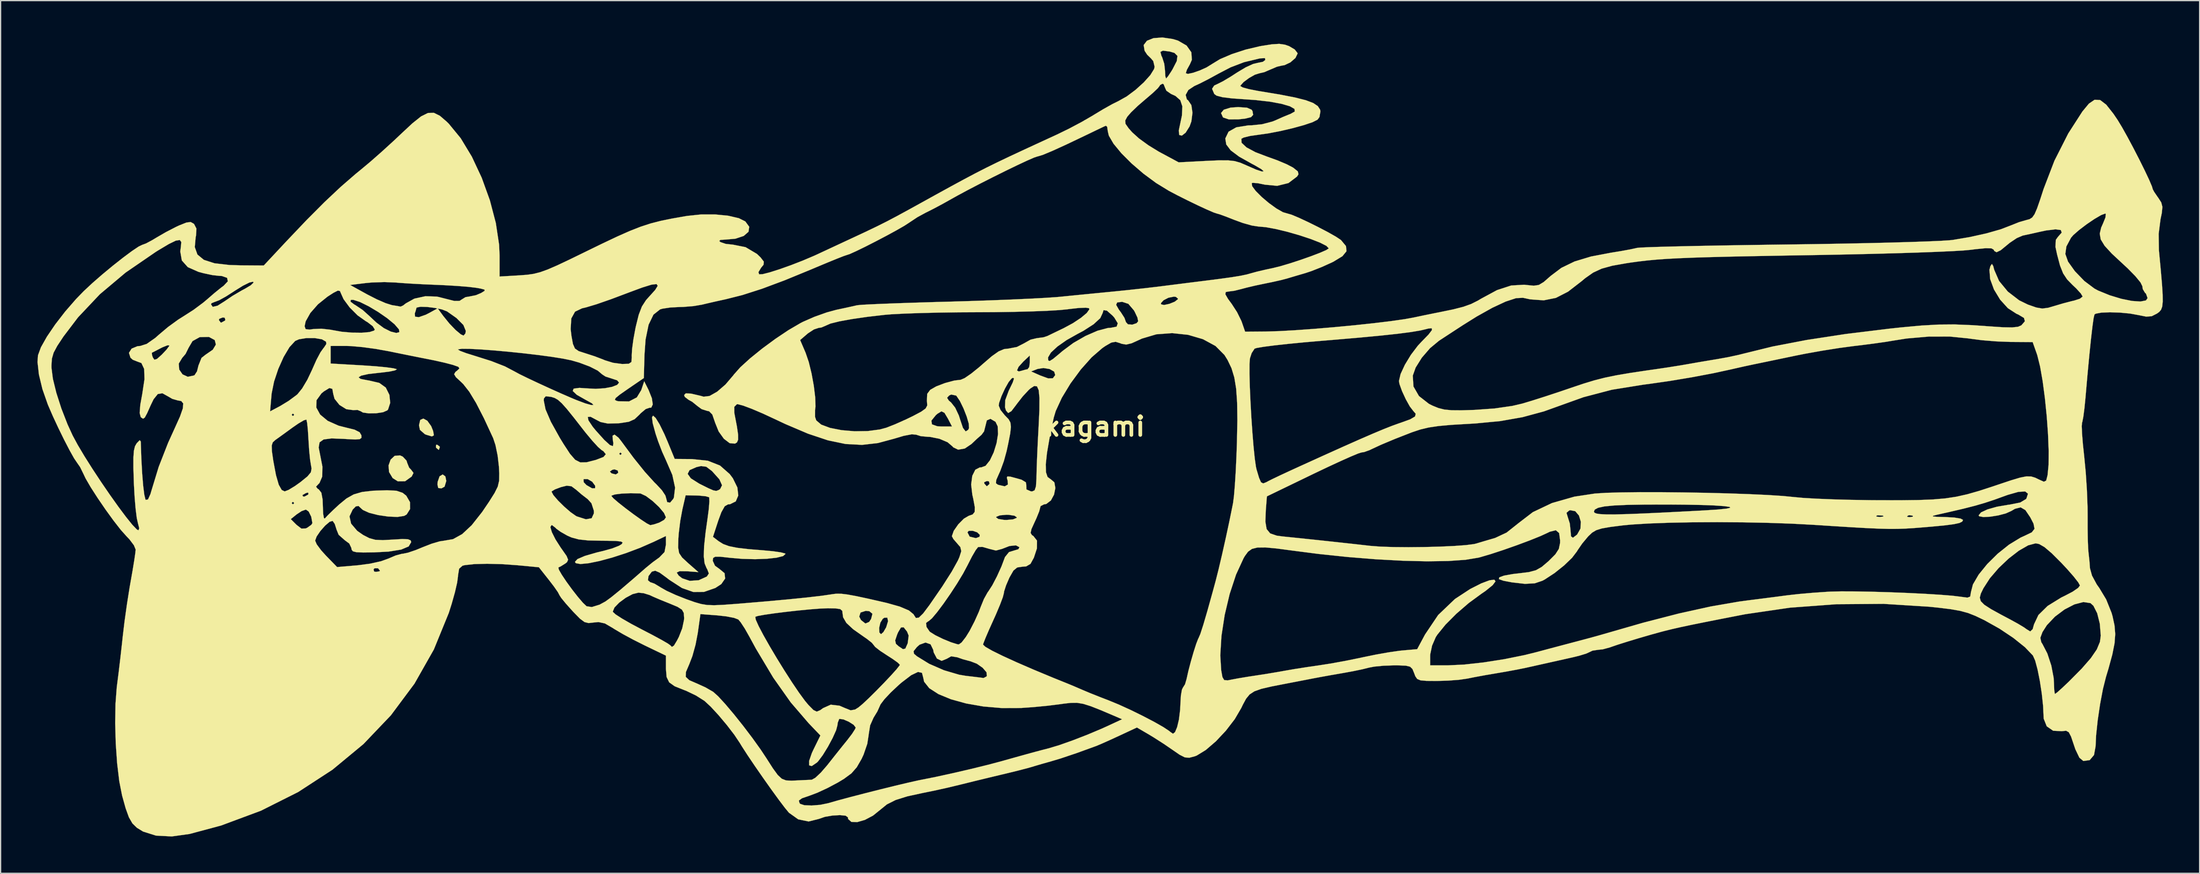
<source format=kicad_pcb>
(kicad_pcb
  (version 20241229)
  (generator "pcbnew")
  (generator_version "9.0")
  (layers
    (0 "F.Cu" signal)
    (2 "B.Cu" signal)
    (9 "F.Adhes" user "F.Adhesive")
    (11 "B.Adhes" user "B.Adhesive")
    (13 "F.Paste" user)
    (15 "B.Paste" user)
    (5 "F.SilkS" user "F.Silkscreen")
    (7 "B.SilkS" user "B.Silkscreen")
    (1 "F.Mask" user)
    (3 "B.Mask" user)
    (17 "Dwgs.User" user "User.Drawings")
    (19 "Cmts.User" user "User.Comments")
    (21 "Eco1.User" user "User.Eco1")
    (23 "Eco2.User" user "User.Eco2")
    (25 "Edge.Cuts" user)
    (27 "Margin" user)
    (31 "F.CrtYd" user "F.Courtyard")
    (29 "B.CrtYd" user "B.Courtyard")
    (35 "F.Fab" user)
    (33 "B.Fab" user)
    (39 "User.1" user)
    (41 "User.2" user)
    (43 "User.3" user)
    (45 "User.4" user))
  (footprint "kagami"
    (layer "F.Cu")
    (at 86.102 31.713)
    (property "Reference" "kagami" (at 0 0 0) (layer "F.SilkS") (effects (font (size 1.524 1.524) (thickness 0.3))))
    (attr through_hole)
    (fp_poly (pts (xy -53.349 1.635) (xy -53.34 1.693) (xy -53.412 1.899) (xy -53.433 1.905) (xy -53.614 1.757) (xy -53.657 1.693) (xy -53.641 1.498) (xy -53.564 1.482) (xy -53.349 1.635)) (stroke (width 0.01) (type solid)) (fill yes) (layer "F.SilkS"))
    (fp_poly (pts (xy -52.884 4.071) (xy -52.811 4.442) (xy -52.951 4.906) (xy -53.197 5.043) (xy -53.467 5.017) (xy -53.532 4.723) (xy -53.515 4.516) (xy -53.357 4.063) (xy -53.105 3.91) (xy -52.884 4.071)) (stroke (width 0.01) (type solid)) (fill yes) (layer "F.SilkS"))
    (fp_poly (pts (xy -54.356 -0.467) (xy -54.041 -0.029) (xy -53.881 0.37) (xy -53.82 0.719) (xy -53.982 0.812) (xy -54.436 0.676) (xy -54.557 0.628) (xy -54.957 0.275) (xy -55.033 -0.099) (xy -54.932 -0.534) (xy -54.68 -0.646) (xy -54.356 -0.467)) (stroke (width 0.01) (type solid)) (fill yes) (layer "F.SilkS"))
    (fp_poly (pts (xy 12.393 -25.984) (xy 12.766 -25.82) (xy 12.839 -25.708) (xy 12.893 -25.403) (xy 12.72 -25.213) (xy 12.247 -25.096) (xy 11.699 -25.034) (xy 10.914 -25.03) (xy 10.454 -25.185) (xy 10.43 -25.208) (xy 10.277 -25.549) (xy 10.5 -25.82) (xy 11.052 -25.991) (xy 11.674 -26.035) (xy 12.393 -25.984)) (stroke (width 0.01) (type solid)) (fill yes) (layer "F.SilkS"))
    (fp_poly (pts (xy -56.356 2.458) (xy -56.051 2.78) (xy -55.986 2.986) (xy -55.834 3.359) (xy -55.676 3.523) (xy -55.48 3.787) (xy -55.63 4.082) (xy -56.168 4.466) (xy -56.757 4.471) (xy -57.179 4.205) (xy -57.474 3.71) (xy -57.512 3.174) (xy -57.343 2.7) (xy -57.016 2.394) (xy -56.578 2.357) (xy -56.356 2.458)) (stroke (width 0.01) (type solid)) (fill yes) (layer "F.SilkS"))
    (fp_poly (pts (xy 6.35 -31.582) (xy 6.773 -31.453) (xy 7.471 -31.05) (xy 7.861 -30.499) (xy 7.901 -29.884) (xy 7.743 -29.524) (xy 7.498 -29.08) (xy 7.408 -28.796) (xy 7.577 -28.74) (xy 7.998 -28.829) (xy 8.545 -29.019) (xy 9.093 -29.266) (xy 9.514 -29.526) (xy 9.525 -29.534) (xy 10.19 -29.94) (xy 11.147 -30.349) (xy 12.266 -30.716) (xy 13.421 -30.991) (xy 13.539 -31.013) (xy 14.417 -31.151) (xy 15.019 -31.188) (xy 15.479 -31.122) (xy 15.815 -31.004) (xy 16.278 -30.73) (xy 16.505 -30.436) (xy 16.51 -30.397) (xy 16.335 -30.035) (xy 15.921 -29.676) (xy 15.434 -29.447) (xy 15.246 -29.42) (xy 14.837 -29.326) (xy 14.316 -29.103) (xy 13.794 -28.879) (xy 13.396 -28.787) (xy 13.034 -28.674) (xy 12.558 -28.404) (xy 12.12 -28.079) (xy 11.869 -27.802) (xy 11.853 -27.744) (xy 12.046 -27.635) (xy 12.558 -27.495) (xy 13.289 -27.352) (xy 13.494 -27.318) (xy 15.081 -27.055) (xy 16.294 -26.818) (xy 17.18 -26.594) (xy 17.785 -26.365) (xy 18.155 -26.116) (xy 18.339 -25.833) (xy 18.372 -25.692) (xy 18.292 -25.221) (xy 18.135 -25.008) (xy 17.736 -24.806) (xy 17.026 -24.566) (xy 16.115 -24.315) (xy 15.111 -24.08) (xy 14.121 -23.89) (xy 13.326 -23.778) (xy 12.631 -23.678) (xy 12.121 -23.552) (xy 11.932 -23.451) (xy 11.952 -23.124) (xy 12.349 -22.75) (xy 13.085 -22.355) (xy 14.027 -21.997) (xy 14.865 -21.695) (xy 15.619 -21.377) (xy 16.132 -21.109) (xy 16.148 -21.098) (xy 16.529 -20.796) (xy 16.585 -20.558) (xy 16.466 -20.372) (xy 15.764 -19.841) (xy 14.846 -19.615) (xy 13.856 -19.709) (xy 13.265 -19.83) (xy 12.864 -19.86) (xy 12.781 -19.837) (xy 12.806 -19.595) (xy 13.102 -19.196) (xy 13.586 -18.711) (xy 14.173 -18.214) (xy 14.779 -17.774) (xy 15.32 -17.465) (xy 15.692 -17.357) (xy 16.021 -17.262) (xy 16.617 -17.012) (xy 17.378 -16.657) (xy 18.201 -16.249) (xy 18.985 -15.838) (xy 19.626 -15.475) (xy 20.023 -15.212) (xy 20.055 -15.184) (xy 20.452 -14.704) (xy 20.493 -14.284) (xy 20.161 -13.878) (xy 19.437 -13.437) (xy 19.315 -13.376) (xy 18.482 -12.999) (xy 17.629 -12.663) (xy 17.145 -12.502) (xy 16.44 -12.296) (xy 15.818 -12.111) (xy 15.663 -12.063) (xy 15.167 -11.933) (xy 14.438 -11.769) (xy 13.864 -11.652) (xy 13.054 -11.482) (xy 12.313 -11.306) (xy 11.944 -11.206) (xy 11.371 -11.063) (xy 10.939 -11.007) (xy 10.662 -10.961) (xy 10.627 -10.78) (xy 10.849 -10.394) (xy 11.149 -9.987) (xy 11.582 -9.318) (xy 11.93 -8.611) (xy 11.977 -8.486) (xy 12.239 -7.726) (xy 13.898 -7.739) (xy 14.98 -7.771) (xy 16.334 -7.847) (xy 17.874 -7.958) (xy 19.509 -8.096) (xy 21.152 -8.252) (xy 22.713 -8.419) (xy 24.105 -8.587) (xy 25.237 -8.749) (xy 25.929 -8.875) (xy 26.829 -9.065) (xy 27.786 -9.259) (xy 28.046 -9.31) (xy 29.181 -9.544) (xy 30.009 -9.756) (xy 30.642 -9.983) (xy 31.194 -10.26) (xy 31.437 -10.406) (xy 32.751 -11.116) (xy 33.903 -11.491) (xy 34.963 -11.554) (xy 35.162 -11.532) (xy 35.742 -11.474) (xy 36.154 -11.535) (xy 36.552 -11.775) (xy 37.095 -12.25) (xy 37.106 -12.261) (xy 37.989 -12.928) (xy 39.062 -13.449) (xy 40.401 -13.854) (xy 42.016 -14.162) (xy 42.87 -14.301) (xy 43.602 -14.436) (xy 44.078 -14.539) (xy 44.133 -14.555) (xy 44.418 -14.582) (xy 45.088 -14.613) (xy 46.101 -14.646) (xy 47.418 -14.68) (xy 49 -14.715) (xy 50.807 -14.75) (xy 52.799 -14.783) (xy 54.937 -14.815) (xy 56.409 -14.834) (xy 58.666 -14.865) (xy 60.839 -14.903) (xy 62.884 -14.944) (xy 64.756 -14.989) (xy 66.41 -15.037) (xy 67.8 -15.085) (xy 68.882 -15.132) (xy 69.611 -15.179) (xy 69.85 -15.203) (xy 71.26 -15.442) (xy 72.609 -15.742) (xy 73.774 -16.074) (xy 74.612 -16.397) (xy 75.264 -16.657) (xy 75.837 -16.822) (xy 76.117 -16.897) (xy 76.332 -17.034) (xy 76.523 -17.304) (xy 76.728 -17.779) (xy 76.988 -18.529) (xy 77.259 -19.365) (xy 78.142 -21.666) (xy 79.267 -23.886) (xy 80.416 -25.673) (xy 80.948 -26.316) (xy 81.413 -26.632) (xy 81.866 -26.608) (xy 82.359 -26.231) (xy 82.946 -25.488) (xy 83.296 -24.969) (xy 83.649 -24.385) (xy 84.089 -23.598) (xy 84.573 -22.691) (xy 85.057 -21.749) (xy 85.499 -20.857) (xy 85.856 -20.099) (xy 86.085 -19.559) (xy 86.148 -19.339) (xy 86.262 -19.123) (xy 86.54 -18.716) (xy 86.593 -18.644) (xy 86.841 -18.26) (xy 86.933 -17.9) (xy 86.886 -17.405) (xy 86.778 -16.884) (xy 86.628 -15.699) (xy 86.648 -14.373) (xy 86.658 -14.266) (xy 86.801 -12.748) (xy 86.9 -11.596) (xy 86.954 -10.752) (xy 86.959 -10.16) (xy 86.915 -9.764) (xy 86.82 -9.508) (xy 86.671 -9.335) (xy 86.487 -9.202) (xy 86.061 -8.986) (xy 85.613 -8.954) (xy 84.995 -9.077) (xy 84.293 -9.205) (xy 83.476 -9.282) (xy 82.661 -9.308) (xy 81.966 -9.28) (xy 81.509 -9.196) (xy 81.401 -9.127) (xy 81.332 -8.834) (xy 81.237 -8.159) (xy 81.119 -7.141) (xy 80.983 -5.821) (xy 80.834 -4.237) (xy 80.676 -2.43) (xy 80.667 -2.321) (xy 80.583 -1.475) (xy 80.494 -0.788) (xy 80.413 -0.371) (xy 80.39 -0.31) (xy 80.365 -0.031) (xy 80.39 0.578) (xy 80.458 1.428) (xy 80.564 2.428) (xy 80.565 2.434) (xy 80.69 3.741) (xy 80.786 5.196) (xy 80.838 6.582) (xy 80.844 7.303) (xy 80.844 8.322) (xy 80.859 9.246) (xy 80.887 9.953) (xy 80.914 10.266) (xy 80.992 10.979) (xy 81.035 11.558) (xy 81.199 12.154) (xy 81.587 12.874) (xy 81.795 13.168) (xy 82.353 14.094) (xy 82.794 15.194) (xy 82.874 15.474) (xy 83.035 16.22) (xy 83.092 16.922) (xy 83.036 17.677) (xy 82.856 18.585) (xy 82.541 19.742) (xy 82.335 20.426) (xy 82.09 21.403) (xy 81.858 22.634) (xy 81.664 23.949) (xy 81.534 25.18) (xy 81.492 26.073) (xy 81.364 26.78) (xy 81.012 27.196) (xy 80.496 27.268) (xy 80.173 26.999) (xy 79.845 26.314) (xy 79.724 25.958) (xy 79.495 25.279) (xy 79.309 24.922) (xy 79.092 24.802) (xy 78.77 24.833) (xy 78.749 24.837) (xy 78.039 24.803) (xy 77.514 24.44) (xy 77.267 23.82) (xy 77.258 23.666) (xy 77.218 22.783) (xy 77.11 21.772) (xy 76.953 20.744) (xy 76.767 19.81) (xy 76.571 19.08) (xy 76.388 18.669) (xy 75.737 17.989) (xy 74.795 17.234) (xy 74.789 17.23) (xy 76.992 17.23) (xy 77.071 17.586) (xy 77.166 17.735) (xy 77.563 18.503) (xy 77.887 19.488) (xy 78.077 20.485) (xy 78.102 20.902) (xy 78.122 21.452) (xy 78.169 21.77) (xy 78.191 21.802) (xy 78.375 21.666) (xy 78.773 21.309) (xy 79.301 20.809) (xy 79.303 20.807) (xy 80.355 19.745) (xy 81.105 18.884) (xy 81.591 18.172) (xy 81.848 17.554) (xy 81.914 17.043) (xy 81.835 16.071) (xy 81.623 15.225) (xy 81.315 14.615) (xy 81.078 14.399) (xy 80.503 14.31) (xy 79.767 14.502) (xy 78.962 14.918) (xy 78.184 15.501) (xy 77.527 16.194) (xy 77.166 16.759) (xy 76.992 17.23) (xy 74.789 17.23) (xy 73.664 16.478) (xy 72.449 15.797) (xy 72.405 15.775) (xy 71.715 15.444) (xy 71.106 15.204) (xy 70.467 15.03) (xy 69.689 14.893) (xy 68.659 14.767) (xy 67.96 14.694) (xy 64.243 14.46) (xy 60.406 14.488) (xy 56.602 14.77) (xy 52.983 15.301) (xy 52.731 15.349) (xy 51.015 15.684) (xy 49.651 15.954) (xy 48.575 16.172) (xy 47.724 16.353) (xy 47.033 16.51) (xy 46.439 16.656) (xy 46.143 16.733) (xy 45.285 16.97) (xy 44.324 17.249) (xy 43.38 17.535) (xy 42.575 17.789) (xy 42.03 17.976) (xy 41.953 18.005) (xy 41.36 18.166) (xy 40.99 18.203) (xy 40.522 18.275) (xy 40.312 18.376) (xy 40.006 18.516) (xy 39.43 18.691) (xy 38.947 18.81) (xy 37.634 19.104) (xy 36.63 19.329) (xy 35.833 19.507) (xy 35.139 19.662) (xy 35.084 19.674) (xy 34.393 19.815) (xy 33.495 19.981) (xy 32.703 20.117) (xy 31.797 20.271) (xy 30.919 20.433) (xy 30.333 20.551) (xy 29.666 20.648) (xy 28.77 20.717) (xy 27.838 20.743) (xy 27.835 20.743) (xy 27.018 20.737) (xy 26.524 20.694) (xy 26.251 20.581) (xy 26.098 20.361) (xy 26.003 20.108) (xy 25.865 19.772) (xy 25.674 19.582) (xy 25.321 19.496) (xy 24.696 19.474) (xy 24.353 19.473) (xy 23.513 19.501) (xy 22.758 19.574) (xy 22.31 19.66) (xy 21.785 19.792) (xy 21.015 19.952) (xy 20.214 20.098) (xy 19.295 20.257) (xy 18.387 20.421) (xy 17.78 20.535) (xy 17.016 20.684) (xy 16.094 20.862) (xy 15.557 20.965) (xy 14.39 21.193) (xy 13.561 21.386) (xy 12.991 21.589) (xy 12.602 21.844) (xy 12.316 22.193) (xy 12.053 22.68) (xy 11.926 22.947) (xy 11.395 23.856) (xy 10.675 24.793) (xy 9.859 25.663) (xy 9.036 26.371) (xy 8.299 26.823) (xy 8.143 26.884) (xy 7.694 27.002) (xy 7.331 26.974) (xy 6.905 26.758) (xy 6.4 26.409) (xy 5.619 25.874) (xy 4.775 25.333) (xy 4.413 25.114) (xy 3.428 24.537) (xy 1.978 25.213) (xy 1.213 25.565) (xy 0.552 25.86) (xy 0.128 26.039) (xy 0.106 26.047) (xy -1.475 26.621) (xy -2.795 27.065) (xy -3.598 27.305) (xy -4.305 27.504) (xy -4.928 27.688) (xy -5.08 27.736) (xy -5.52 27.86) (xy -6.245 28.048) (xy -7.127 28.265) (xy -7.514 28.357) (xy -8.617 28.621) (xy -9.803 28.909) (xy -10.845 29.167) (xy -11.007 29.207) (xy -12.028 29.452) (xy -13.124 29.694) (xy -13.97 29.866) (xy -15.265 30.147) (xy -16.223 30.448) (xy -16.928 30.802) (xy -17.435 31.213) (xy -18.058 31.716) (xy -18.724 32.068) (xy -19.343 32.247) (xy -19.827 32.231) (xy -20.087 31.999) (xy -20.108 31.859) (xy -20.292 31.726) (xy -20.755 31.68) (xy -21.362 31.714) (xy -21.981 31.819) (xy -22.475 31.989) (xy -22.476 31.99) (xy -23.309 32.198) (xy -24.155 32.022) (xy -24.908 31.485) (xy -25.237 31.087) (xy -25.687 30.491) (xy -24.101 30.491) (xy -24.048 30.697) (xy -23.989 30.762) (xy -23.654 30.872) (xy -23.061 30.897) (xy -22.365 30.841) (xy -21.72 30.709) (xy -21.711 30.706) (xy -20.959 30.491) (xy -19.935 30.215) (xy -18.743 29.906) (xy -17.487 29.588) (xy -16.271 29.288) (xy -15.199 29.033) (xy -14.377 28.849) (xy -14.076 28.788) (xy -12.902 28.553) (xy -11.497 28.245) (xy -10.024 27.903) (xy -8.65 27.564) (xy -7.62 27.29) (xy -6.403 26.948) (xy -5.499 26.697) (xy -4.816 26.51) (xy -4.261 26.363) (xy -3.756 26.233) (xy -2.908 25.979) (xy -1.817 25.593) (xy -0.622 25.13) (xy 0.54 24.641) (xy 1.058 24.407) (xy 2.223 23.865) (xy 1.587 23.592) (xy 0.486 23.124) (xy -0.323 22.804) (xy -0.932 22.612) (xy -1.439 22.526) (xy -1.936 22.527) (xy -2.52 22.593) (xy -2.819 22.637) (xy -3.839 22.764) (xy -5.017 22.877) (xy -6.032 22.948) (xy -7.573 22.953) (xy -9.071 22.825) (xy -10.469 22.58) (xy -11.709 22.238) (xy -12.733 21.816) (xy -13.483 21.332) (xy -13.902 20.804) (xy -13.97 20.488) (xy -14.075 20.081) (xy -14.398 20.008) (xy -14.948 20.27) (xy -15.735 20.871) (xy -15.971 21.076) (xy -16.616 21.682) (xy -17.136 22.236) (xy -17.445 22.645) (xy -17.487 22.736) (xy -17.709 23.23) (xy -18.019 23.739) (xy -18.297 24.364) (xy -18.415 25.104) (xy -18.415 25.13) (xy -18.529 25.87) (xy -18.831 26.749) (xy -18.997 27.105) (xy -19.384 27.776) (xy -19.819 28.274) (xy -20.433 28.727) (xy -20.955 29.04) (xy -21.78 29.477) (xy -22.604 29.858) (xy -23.23 30.094) (xy -23.846 30.306) (xy -24.101 30.491) (xy -25.687 30.491) (xy -25.74 30.421) (xy -26.356 29.573) (xy -27.024 28.628) (xy -27.685 27.673) (xy -28.279 26.792) (xy -28.744 26.072) (xy -28.913 25.793) (xy -29.356 25.13) (xy -29.964 24.338) (xy -30.638 23.534) (xy -31.278 22.839) (xy -31.784 22.371) (xy -31.796 22.362) (xy -32.483 21.928) (xy -33.271 21.549) (xy -33.44 21.485) (xy -34.214 21.175) (xy -34.662 20.855) (xy -34.87 20.422) (xy -34.871 20.408) (xy -33.312 20.408) (xy -33.019 20.684) (xy -32.385 20.958) (xy -31.704 21.268) (xy -31.086 21.625) (xy -31.073 21.633) (xy -30.669 21.997) (xy -30.086 22.632) (xy -29.387 23.461) (xy -28.634 24.405) (xy -27.889 25.388) (xy -27.213 26.332) (xy -26.753 27.026) (xy -26.214 27.867) (xy -25.819 28.409) (xy -25.488 28.717) (xy -25.142 28.85) (xy -24.701 28.872) (xy -24.402 28.859) (xy -23.725 28.826) (xy -23.192 28.803) (xy -23.05 28.797) (xy -22.759 28.635) (xy -22.314 28.217) (xy -21.807 27.633) (xy -21.78 27.599) (xy -21.184 26.844) (xy -20.576 26.081) (xy -20.161 25.568) (xy -19.768 25.053) (xy -19.519 24.662) (xy -19.473 24.539) (xy -19.641 24.318) (xy -20.031 24.069) (xy -20.469 23.879) (xy -20.784 23.835) (xy -20.822 23.856) (xy -20.94 24.162) (xy -20.955 24.339) (xy -21.065 24.756) (xy -21.349 25.389) (xy -21.734 26.108) (xy -22.15 26.784) (xy -22.525 27.287) (xy -22.631 27.395) (xy -23.049 27.68) (xy -23.263 27.623) (xy -23.264 27.258) (xy -23.043 26.619) (xy -22.915 26.343) (xy -22.348 25.187) (xy -23.309 24.182) (xy -24.763 22.489) (xy -26.186 20.474) (xy -27.607 18.096) (xy -28.13 17.132) (xy -28.502 16.475) (xy -28.84 15.959) (xy -29.034 15.731) (xy -29.381 15.6) (xy -29.834 15.513) (xy -27.648 15.513) (xy -27.609 15.75) (xy -27.375 16.272) (xy -26.985 17.014) (xy -26.478 17.909) (xy -25.896 18.891) (xy -25.277 19.893) (xy -24.662 20.85) (xy -24.091 21.695) (xy -23.603 22.362) (xy -23.32 22.701) (xy -22.915 23.113) (xy -22.644 23.243) (xy -22.357 23.124) (xy -22.132 22.959) (xy -21.502 22.677) (xy -20.787 22.761) (xy -20.347 22.952) (xy -19.883 23.138) (xy -19.523 23.072) (xy -19.246 22.899) (xy -18.905 22.615) (xy -18.395 22.136) (xy -17.791 21.538) (xy -17.166 20.897) (xy -16.593 20.29) (xy -16.147 19.792) (xy -15.901 19.479) (xy -15.875 19.422) (xy -16.04 19.254) (xy -16.469 18.945) (xy -16.933 18.647) (xy -17.435 18.316) (xy -14.758 18.316) (xy -14.728 18.524) (xy -14.482 18.734) (xy -13.49 19.345) (xy -12.28 19.872) (xy -11.056 20.233) (xy -10.512 20.325) (xy -9.804 20.408) (xy -9.274 20.473) (xy -9.061 20.503) (xy -8.83 20.383) (xy -8.789 20.328) (xy -8.823 20.032) (xy -9.134 19.668) (xy -9.608 19.337) (xy -10.102 19.147) (xy -10.747 18.972) (xy -11.193 18.816) (xy -11.695 18.732) (xy -12.054 18.934) (xy -12.476 19.106) (xy -12.86 18.916) (xy -13.119 18.422) (xy -13.161 18.203) (xy -13.364 17.779) (xy -9.102 17.779) (xy -8.91 17.962) (xy -8.362 18.277) (xy -7.495 18.705) (xy -6.35 19.228) (xy -4.966 19.828) (xy -3.381 20.488) (xy -2.223 20.955) (xy -1.752 21.15) (xy -1.132 21.417) (xy -1.01 21.47) (xy -0.38 21.735) (xy 0.445 22.064) (xy 1.107 22.319) (xy 1.95 22.666) (xy 2.916 23.107) (xy 3.905 23.593) (xy 4.824 24.073) (xy 5.574 24.5) (xy 6.059 24.822) (xy 6.136 24.889) (xy 6.364 25.047) (xy 6.532 24.913) (xy 6.702 24.505) (xy 6.848 23.891) (xy 6.947 23.082) (xy 6.969 22.608) (xy 7.008 21.933) (xy 7.093 21.447) (xy 7.172 21.288) (xy 7.346 21.013) (xy 7.47 20.587) (xy 7.614 19.943) (xy 7.817 19.167) (xy 7.964 18.657) (xy 10.215 18.657) (xy 10.29 19.865) (xy 10.391 20.431) (xy 10.537 20.675) (xy 10.826 20.694) (xy 11.087 20.642) (xy 11.667 20.532) (xy 12.459 20.4) (xy 13.018 20.315) (xy 13.971 20.168) (xy 14.982 19.998) (xy 15.452 19.913) (xy 16.273 19.771) (xy 17.288 19.612) (xy 18.239 19.474) (xy 19.231 19.319) (xy 20.415 19.103) (xy 21.572 18.868) (xy 21.837 18.81) (xy 22.876 18.596) (xy 23.923 18.41) (xy 24.8 18.284) (xy 25.031 18.26) (xy 26.249 18.152) (xy 26.886 16.961) (xy 27.956 15.369) (xy 29.322 14.064) (xy 30.564 13.249) (xy 31.473 12.788) (xy 32.14 12.538) (xy 32.534 12.488) (xy 32.628 12.625) (xy 32.394 12.938) (xy 31.802 13.416) (xy 31.485 13.632) (xy 30.453 14.389) (xy 29.44 15.264) (xy 28.552 16.157) (xy 27.895 16.967) (xy 27.763 17.17) (xy 27.462 17.865) (xy 27.309 18.59) (xy 27.305 18.705) (xy 27.305 19.473) (xy 28.734 19.472) (xy 30.071 19.408) (xy 31.659 19.232) (xy 33.349 18.967) (xy 34.989 18.635) (xy 35.91 18.407) (xy 36.988 18.118) (xy 38.178 17.802) (xy 39.158 17.543) (xy 40.02 17.314) (xy 40.804 17.101) (xy 41.35 16.946) (xy 41.381 16.937) (xy 44.645 15.997) (xy 47.56 15.244) (xy 50.152 14.672) (xy 52.448 14.274) (xy 53.128 14.182) (xy 54.209 14.045) (xy 54.932 13.952) (xy 72.062 13.952) (xy 72.141 14.238) (xy 72.43 14.532) (xy 72.976 14.886) (xy 73.822 15.352) (xy 74.539 15.731) (xy 75.178 16.083) (xy 75.671 16.38) (xy 75.872 16.525) (xy 76.171 16.707) (xy 76.369 16.519) (xy 76.477 16.129) (xy 76.836 15.367) (xy 77.585 14.629) (xy 78.692 13.945) (xy 78.989 13.8) (xy 79.624 13.467) (xy 80.069 13.16) (xy 80.219 12.963) (xy 80.081 12.708) (xy 79.707 12.229) (xy 79.158 11.603) (xy 78.697 11.111) (xy 77.912 10.327) (xy 77.329 9.831) (xy 76.892 9.58) (xy 76.612 9.525) (xy 76.003 9.688) (xy 75.241 10.127) (xy 74.41 10.769) (xy 73.597 11.541) (xy 72.886 12.369) (xy 72.362 13.181) (xy 72.356 13.192) (xy 72.148 13.621) (xy 72.062 13.952) (xy 54.932 13.952) (xy 55.362 13.897) (xy 56.35 13.767) (xy 56.409 13.759) (xy 57.332 13.656) (xy 58.47 13.556) (xy 59.613 13.477) (xy 59.902 13.461) (xy 60.769 13.44) (xy 61.918 13.444) (xy 63.261 13.469) (xy 64.711 13.512) (xy 66.181 13.57) (xy 67.582 13.639) (xy 68.828 13.716) (xy 69.832 13.796) (xy 70.506 13.878) (xy 70.538 13.884) (xy 71.055 13.951) (xy 71.28 13.869) (xy 71.331 13.585) (xy 71.332 13.543) (xy 71.504 12.874) (xy 71.973 12.072) (xy 72.668 11.214) (xy 73.515 10.375) (xy 74.443 9.633) (xy 75.381 9.061) (xy 75.728 8.903) (xy 76.295 8.631) (xy 76.52 8.342) (xy 76.437 7.919) (xy 76.174 7.407) (xy 75.774 6.815) (xy 75.392 6.594) (xy 74.929 6.71) (xy 74.632 6.886) (xy 74.178 7.089) (xy 73.564 7.25) (xy 72.915 7.354) (xy 72.357 7.383) (xy 72.016 7.32) (xy 71.967 7.247) (xy 72.163 7.004) (xy 72.69 6.759) (xy 73.459 6.541) (xy 74.378 6.383) (xy 74.485 6.371) (xy 75.354 6.199) (xy 75.824 5.918) (xy 75.861 5.868) (xy 75.986 5.478) (xy 75.761 5.298) (xy 75.206 5.33) (xy 74.341 5.576) (xy 74.114 5.658) (xy 73.255 5.969) (xy 72.475 6.227) (xy 71.668 6.462) (xy 70.729 6.702) (xy 69.551 6.977) (xy 68.58 7.195) (xy 68.252 7.281) (xy 68.241 7.335) (xy 68.584 7.366) (xy 69.268 7.384) (xy 69.984 7.424) (xy 70.496 7.507) (xy 70.697 7.614) (xy 70.697 7.616) (xy 70.632 7.754) (xy 70.401 7.867) (xy 69.946 7.966) (xy 69.212 8.062) (xy 68.141 8.164) (xy 67.416 8.225) (xy 66.667 8.284) (xy 66.001 8.325) (xy 65.356 8.347) (xy 64.665 8.349) (xy 63.867 8.329) (xy 62.895 8.286) (xy 61.687 8.218) (xy 60.178 8.124) (xy 58.526 8.017) (xy 56.767 7.923) (xy 54.82 7.855) (xy 52.765 7.814) (xy 50.682 7.8) (xy 48.65 7.811) (xy 46.751 7.848) (xy 45.064 7.91) (xy 43.669 7.997) (xy 42.98 8.064) (xy 41.971 8.192) (xy 41.286 8.312) (xy 40.826 8.456) (xy 40.494 8.655) (xy 40.191 8.942) (xy 40.157 8.979) (xy 39.689 9.541) (xy 39.311 10.09) (xy 39.263 10.176) (xy 38.863 10.702) (xy 38.213 11.328) (xy 37.433 11.951) (xy 36.644 12.468) (xy 36.448 12.574) (xy 35.824 12.784) (xy 35.028 12.829) (xy 33.977 12.709) (xy 33.276 12.576) (xy 32.906 12.445) (xy 32.93 12.301) (xy 33.318 12.157) (xy 34.041 12.027) (xy 34.518 11.972) (xy 35.349 11.87) (xy 35.919 11.718) (xy 36.389 11.45) (xy 36.919 11) (xy 36.957 10.965) (xy 37.501 10.42) (xy 37.783 9.983) (xy 37.882 9.512) (xy 37.888 9.286) (xy 37.808 8.687) (xy 37.54 8.459) (xy 37.046 8.58) (xy 36.88 8.663) (xy 36.284 8.937) (xy 35.402 9.292) (xy 34.351 9.684) (xy 33.251 10.071) (xy 32.219 10.41) (xy 31.374 10.658) (xy 31.248 10.691) (xy 30.19 10.867) (xy 28.771 10.967) (xy 27.047 10.992) (xy 25.074 10.944) (xy 22.907 10.827) (xy 20.601 10.641) (xy 18.211 10.39) (xy 16.087 10.116) (xy 14.818 9.947) (xy 13.894 9.86) (xy 13.244 9.867) (xy 12.796 9.979) (xy 12.477 10.207) (xy 12.216 10.563) (xy 12.11 10.745) (xy 11.499 12.075) (xy 10.979 13.657) (xy 10.574 15.365) (xy 10.312 17.074) (xy 10.215 18.657) (xy 7.964 18.657) (xy 8.042 18.385) (xy 8.253 17.724) (xy 8.413 17.309) (xy 8.446 17.251) (xy 8.591 16.913) (xy 8.832 16.169) (xy 9.167 15.026) (xy 9.594 13.491) (xy 9.838 12.594) (xy 10.073 11.663) (xy 10.359 10.447) (xy 10.666 9.076) (xy 10.949 7.756) (xy 13.888 7.756) (xy 13.989 8.361) (xy 14.279 8.715) (xy 14.811 8.898) (xy 15.28 8.962) (xy 16.531 9.09) (xy 18.002 9.244) (xy 19.539 9.409) (xy 20.993 9.568) (xy 22.211 9.705) (xy 22.437 9.731) (xy 23.251 9.793) (xy 24.317 9.829) (xy 25.543 9.839) (xy 26.837 9.827) (xy 28.109 9.793) (xy 29.267 9.74) (xy 30.22 9.67) (xy 30.877 9.585) (xy 31.035 9.548) (xy 31.627 9.371) (xy 32.366 9.154) (xy 32.597 9.087) (xy 33.531 8.649) (xy 34.443 7.925) (xy 34.451 7.916) (xy 35.594 7.04) (xy 38.408 7.04) (xy 38.514 7.391) (xy 38.677 7.907) (xy 38.735 8.453) (xy 38.776 8.955) (xy 38.93 9.071) (xy 39.248 8.831) (xy 39.279 8.799) (xy 39.543 8.328) (xy 39.578 7.776) (xy 39.449 7.345) (xy 63.632 7.345) (xy 63.923 7.375) (xy 64.079 7.358) (xy 66.132 7.358) (xy 66.34 7.392) (xy 66.614 7.353) (xy 66.618 7.28) (xy 66.334 7.23) (xy 66.212 7.264) (xy 66.132 7.358) (xy 64.079 7.358) (xy 64.224 7.342) (xy 64.188 7.268) (xy 63.755 7.24) (xy 63.659 7.268) (xy 63.632 7.345) (xy 39.449 7.345) (xy 39.424 7.262) (xy 39.149 6.937) (xy 40.64 6.937) (xy 40.687 7.03) (xy 40.853 7.099) (xy 41.173 7.146) (xy 41.682 7.168) (xy 42.416 7.167) (xy 43.41 7.141) (xy 44.7 7.09) (xy 46.32 7.014) (xy 48.308 6.912) (xy 49.636 6.841) (xy 50.744 6.769) (xy 51.444 6.696) (xy 51.753 6.624) (xy 51.686 6.555) (xy 51.26 6.494) (xy 50.49 6.441) (xy 49.392 6.399) (xy 47.982 6.372) (xy 46.649 6.362) (xy 44.819 6.366) (xy 43.374 6.39) (xy 42.278 6.44) (xy 41.494 6.517) (xy 40.984 6.627) (xy 40.712 6.773) (xy 40.64 6.937) (xy 39.149 6.937) (xy 39.122 6.905) (xy 38.712 6.825) (xy 38.623 6.852) (xy 38.408 7.04) (xy 35.594 7.04) (xy 35.67 6.982) (xy 37.222 6.243) (xy 39.055 5.719) (xy 40.725 5.466) (xy 41.615 5.409) (xy 42.852 5.373) (xy 44.359 5.356) (xy 46.058 5.357) (xy 47.875 5.374) (xy 49.732 5.407) (xy 51.552 5.454) (xy 53.26 5.514) (xy 54.778 5.584) (xy 56.03 5.665) (xy 56.938 5.754) (xy 57.679 5.822) (xy 58.754 5.885) (xy 60.075 5.939) (xy 61.553 5.98) (xy 63.101 6.005) (xy 63.818 6.01) (xy 65.609 6.013) (xy 67.059 5.996) (xy 68.247 5.949) (xy 69.253 5.862) (xy 70.16 5.724) (xy 71.048 5.524) (xy 71.997 5.253) (xy 73.088 4.898) (xy 73.554 4.741) (xy 74.603 4.39) (xy 75.341 4.169) (xy 75.856 4.067) (xy 76.238 4.073) (xy 76.575 4.175) (xy 76.881 4.324) (xy 77.281 4.503) (xy 77.467 4.415) (xy 77.577 3.986) (xy 77.583 3.95) (xy 77.663 3.13) (xy 77.672 1.995) (xy 77.62 0.645) (xy 77.515 -0.818) (xy 77.366 -2.294) (xy 77.183 -3.682) (xy 76.974 -4.883) (xy 76.748 -5.794) (xy 76.704 -5.927) (xy 76.367 -6.879) (xy 74.537 -6.892) (xy 73.426 -6.934) (xy 72.224 -7.033) (xy 71.181 -7.169) (xy 71.12 -7.179) (xy 69.62 -7.33) (xy 67.893 -7.326) (xy 66.105 -7.171) (xy 65.042 -7.002) (xy 64.389 -6.894) (xy 63.464 -6.763) (xy 62.414 -6.627) (xy 61.807 -6.556) (xy 60.633 -6.399) (xy 59.25 -6.18) (xy 57.864 -5.932) (xy 57.044 -5.769) (xy 55.969 -5.544) (xy 54.962 -5.334) (xy 54.142 -5.164) (xy 53.657 -5.064) (xy 52.885 -4.899) (xy 52.036 -4.707) (xy 51.858 -4.665) (xy 50.367 -4.341) (xy 48.628 -4.012) (xy 46.815 -3.709) (xy 45.103 -3.463) (xy 44.662 -3.407) (xy 42.103 -2.994) (xy 39.798 -2.389) (xy 38.417 -1.894) (xy 36.573 -1.231) (xy 34.824 -0.757) (xy 33.016 -0.439) (xy 30.992 -0.246) (xy 30.374 -0.21) (xy 29.022 -0.13) (xy 27.994 -0.037) (xy 27.188 0.083) (xy 26.505 0.246) (xy 25.844 0.467) (xy 25.782 0.49) (xy 24.447 1.012) (xy 23.323 1.483) (xy 22.499 1.865) (xy 22.387 1.923) (xy 21.921 2.089) (xy 21.715 2.117) (xy 21.437 2.205) (xy 20.843 2.453) (xy 19.998 2.83) (xy 18.966 3.308) (xy 17.809 3.859) (xy 17.711 3.907) (xy 14.012 5.697) (xy 13.924 6.817) (xy 13.888 7.756) (xy 10.949 7.756) (xy 10.965 7.681) (xy 11.226 6.393) (xy 11.255 6.244) (xy 11.328 5.687) (xy 11.402 4.799) (xy 11.473 3.671) (xy 11.533 2.396) (xy 11.572 1.27) (xy 11.606 -0.512) (xy 11.588 -1.938) (xy 11.509 -3.076) (xy 11.359 -3.991) (xy 11.27 -4.286) (xy 12.593 -4.286) (xy 12.621 -3.241) (xy 12.674 -2.038) (xy 12.745 -0.764) (xy 12.831 0.493) (xy 12.925 1.644) (xy 13.023 2.603) (xy 13.119 3.282) (xy 13.166 3.493) (xy 13.374 4.189) (xy 13.532 4.549) (xy 13.711 4.641) (xy 13.981 4.534) (xy 14.132 4.45) (xy 14.469 4.281) (xy 15.095 3.982) (xy 15.913 3.602) (xy 16.616 3.28) (xy 18.592 2.382) (xy 20.226 1.646) (xy 21.561 1.053) (xy 22.638 0.586) (xy 23.499 0.225) (xy 24.187 -0.047) (xy 24.742 -0.248) (xy 24.921 -0.308) (xy 25.682 -0.583) (xy 26.072 -0.811) (xy 26.131 -1.033) (xy 25.924 -1.274) (xy 25.65 -1.63) (xy 25.321 -2.221) (xy 25.014 -2.885) (xy 24.808 -3.459) (xy 24.765 -3.704) (xy 24.867 -4.143) (xy 25.891 -4.143) (xy 25.946 -3.26) (xy 26.393 -2.481) (xy 27.205 -1.846) (xy 27.504 -1.695) (xy 27.982 -1.501) (xy 28.459 -1.381) (xy 29.043 -1.323) (xy 29.84 -1.317) (xy 30.903 -1.35) (xy 32.553 -1.468) (xy 33.999 -1.677) (xy 34.819 -1.869) (xy 35.631 -2.114) (xy 36.693 -2.452) (xy 37.858 -2.837) (xy 38.809 -3.161) (xy 39.797 -3.493) (xy 40.669 -3.758) (xy 41.522 -3.976) (xy 42.455 -4.169) (xy 43.566 -4.359) (xy 44.954 -4.567) (xy 45.72 -4.676) (xy 46.682 -4.819) (xy 47.69 -4.98) (xy 48.26 -5.078) (xy 49.17 -5.238) (xy 50.191 -5.41) (xy 50.694 -5.493) (xy 51.557 -5.649) (xy 52.397 -5.83) (xy 52.811 -5.934) (xy 55.184 -6.517) (xy 57.957 -7.05) (xy 61.135 -7.537) (xy 64.726 -7.976) (xy 65.617 -8.072) (xy 67.268 -8.225) (xy 68.676 -8.306) (xy 70.016 -8.317) (xy 71.457 -8.259) (xy 72.859 -8.16) (xy 73.955 -8.087) (xy 74.704 -8.075) (xy 75.176 -8.126) (xy 75.445 -8.243) (xy 75.452 -8.249) (xy 75.735 -8.577) (xy 75.66 -8.847) (xy 75.201 -9.123) (xy 75.049 -9.188) (xy 74.348 -9.644) (xy 73.718 -10.34) (xy 73.217 -11.167) (xy 72.907 -12.013) (xy 72.848 -12.77) (xy 72.926 -13.069) (xy 73.05 -13.25) (xy 73.157 -13.078) (xy 73.235 -12.776) (xy 73.631 -11.863) (xy 74.344 -10.996) (xy 75.27 -10.283) (xy 75.974 -9.938) (xy 76.665 -9.697) (xy 77.155 -9.613) (xy 77.634 -9.676) (xy 78.091 -9.81) (xy 78.844 -10.033) (xy 79.559 -10.22) (xy 79.745 -10.262) (xy 80.212 -10.411) (xy 80.431 -10.584) (xy 80.433 -10.601) (xy 80.288 -10.843) (xy 79.916 -11.25) (xy 79.614 -11.536) (xy 79.174 -11.986) (xy 78.85 -12.477) (xy 78.595 -13.117) (xy 78.359 -14.012) (xy 78.348 -14.062) (xy 79.028 -14.062) (xy 79.249 -13.437) (xy 79.792 -12.676) (xy 79.816 -12.646) (xy 80.581 -11.855) (xy 81.397 -11.242) (xy 81.691 -11.083) (xy 82.641 -10.695) (xy 83.586 -10.408) (xy 84.447 -10.234) (xy 85.142 -10.185) (xy 85.594 -10.274) (xy 85.725 -10.465) (xy 85.596 -10.825) (xy 85.513 -10.901) (xy 85.334 -11.2) (xy 85.302 -11.429) (xy 85.148 -11.743) (xy 84.728 -12.254) (xy 84.103 -12.891) (xy 83.696 -13.268) (xy 82.811 -14.092) (xy 82.228 -14.727) (xy 81.912 -15.246) (xy 81.83 -15.717) (xy 81.946 -16.211) (xy 82.093 -16.541) (xy 82.293 -17.032) (xy 82.326 -17.323) (xy 82.281 -17.357) (xy 81.943 -17.232) (xy 81.399 -16.913) (xy 80.763 -16.481) (xy 80.151 -16.016) (xy 79.677 -15.6) (xy 79.491 -15.384) (xy 79.113 -14.672) (xy 79.028 -14.062) (xy 78.348 -14.062) (xy 78.225 -14.634) (xy 78.252 -15.21) (xy 78.425 -15.453) (xy 78.733 -15.803) (xy 78.661 -16.011) (xy 78.229 -16.07) (xy 77.457 -15.975) (xy 76.997 -15.878) (xy 76.297 -15.72) (xy 75.682 -15.587) (xy 75.565 -15.563) (xy 75.078 -15.357) (xy 74.5 -14.969) (xy 74.319 -14.819) (xy 73.766 -14.365) (xy 73.428 -14.202) (xy 73.241 -14.308) (xy 73.194 -14.414) (xy 73.014 -14.518) (xy 72.538 -14.531) (xy 71.718 -14.451) (xy 71.325 -14.4) (xy 70.757 -14.347) (xy 69.814 -14.291) (xy 68.544 -14.234) (xy 66.995 -14.176) (xy 65.215 -14.12) (xy 63.253 -14.068) (xy 61.156 -14.02) (xy 58.973 -13.978) (xy 58.632 -13.972) (xy 55.969 -13.927) (xy 53.688 -13.885) (xy 51.75 -13.845) (xy 50.112 -13.804) (xy 48.734 -13.761) (xy 47.576 -13.714) (xy 46.595 -13.662) (xy 45.753 -13.602) (xy 45.007 -13.533) (xy 44.317 -13.453) (xy 43.642 -13.361) (xy 43.286 -13.307) (xy 42.132 -13.102) (xy 41.274 -12.865) (xy 40.583 -12.545) (xy 39.934 -12.09) (xy 39.627 -11.833) (xy 38.534 -10.988) (xy 37.544 -10.481) (xy 36.553 -10.282) (xy 35.454 -10.362) (xy 34.864 -10.489) (xy 34.3 -10.459) (xy 33.454 -10.181) (xy 32.37 -9.675) (xy 31.092 -8.96) (xy 29.951 -8.246) (xy 29.203 -7.758) (xy 28.5 -7.298) (xy 28.028 -6.989) (xy 27.297 -6.383) (xy 26.628 -5.608) (xy 26.124 -4.801) (xy 25.891 -4.143) (xy 24.867 -4.143) (xy 24.897 -4.274) (xy 25.246 -5.028) (xy 25.739 -5.841) (xy 26.304 -6.587) (xy 26.583 -6.886) (xy 27.174 -7.495) (xy 27.454 -7.861) (xy 27.435 -8.011) (xy 27.13 -7.977) (xy 27.04 -7.951) (xy 26.5 -7.823) (xy 25.715 -7.692) (xy 24.652 -7.555) (xy 23.279 -7.407) (xy 21.563 -7.245) (xy 19.47 -7.065) (xy 18.542 -6.988) (xy 17.083 -6.862) (xy 15.757 -6.733) (xy 14.626 -6.609) (xy 13.75 -6.495) (xy 13.189 -6.4) (xy 13.009 -6.343) (xy 12.772 -5.982) (xy 12.63 -5.55) (xy 12.594 -5.085) (xy 12.593 -4.286) (xy 11.27 -4.286) (xy 11.129 -4.75) (xy 10.809 -5.419) (xy 10.554 -5.828) (xy 9.826 -6.561) (xy 8.807 -7.115) (xy 7.597 -7.47) (xy 6.298 -7.609) (xy 5.01 -7.513) (xy 3.833 -7.163) (xy 3.664 -7.084) (xy 2.997 -6.781) (xy 2.548 -6.676) (xy 2.175 -6.742) (xy 2.056 -6.791) (xy 1.694 -6.903) (xy 1.339 -6.838) (xy 0.851 -6.555) (xy 0.603 -6.383) (xy -0.258 -5.638) (xy -1.145 -4.641) (xy -1.981 -3.504) (xy -2.687 -2.339) (xy -3.184 -1.259) (xy -3.345 -0.719) (xy -3.681 0.904) (xy -3.897 2.16) (xy -3.995 3.088) (xy -3.979 3.727) (xy -3.849 4.115) (xy -3.608 4.292) (xy -3.598 4.295) (xy -3.295 4.552) (xy -3.214 5.015) (xy -3.32 5.552) (xy -3.577 6.03) (xy -3.953 6.317) (xy -4.14 6.35) (xy -4.413 6.489) (xy -4.445 6.601) (xy -4.532 6.927) (xy -4.753 7.473) (xy -4.9 7.792) (xy -5.159 8.361) (xy -5.229 8.676) (xy -5.122 8.854) (xy -5.006 8.927) (xy -4.707 9.304) (xy -4.715 9.94) (xy -4.963 10.696) (xy -5.24 11.201) (xy -5.588 11.404) (xy -5.897 11.43) (xy -6.319 11.492) (xy -6.628 11.746) (xy -6.942 12.294) (xy -6.966 12.343) (xy -7.23 12.957) (xy -7.389 13.452) (xy -7.408 13.592) (xy -7.493 13.923) (xy -7.721 14.531) (xy -8.05 15.314) (xy -8.255 15.769) (xy -8.62 16.58) (xy -8.906 17.247) (xy -9.074 17.677) (xy -9.102 17.779) (xy -13.364 17.779) (xy -13.375 17.755) (xy -13.785 17.611) (xy -14.273 17.788) (xy -14.494 17.986) (xy -14.758 18.316) (xy -17.435 18.316) (xy -17.501 18.272) (xy -17.886 17.971) (xy -17.993 17.835) (xy -18.156 17.632) (xy -18.4 17.439) (xy -16.258 17.439) (xy -16.197 17.717) (xy -15.978 17.914) (xy -15.619 18.153) (xy -15.431 18.107) (xy -15.259 17.724) (xy -15.237 17.667) (xy -15.158 17.047) (xy -15.293 16.715) (xy -15.567 16.369) (xy -15.786 16.384) (xy -16.021 16.781) (xy -16.098 16.962) (xy -16.258 17.439) (xy -18.4 17.439) (xy -18.564 17.309) (xy -18.787 17.157) (xy -19.68 16.527) (xy -19.791 16.423) (xy -17.563 16.423) (xy -17.544 16.794) (xy -17.41 16.932) (xy -17.216 16.76) (xy -16.992 16.373) (xy -16.883 16.019) (xy -13.745 16.019) (xy -13.703 16.347) (xy -13.462 16.704) (xy -13.412 16.749) (xy -12.992 17.013) (xy -12.37 17.318) (xy -11.714 17.588) (xy -11.196 17.75) (xy -11.075 17.768) (xy -10.847 17.604) (xy -10.507 17.165) (xy -10.2 16.669) (xy -9.797 15.891) (xy -9.444 15.106) (xy -9.295 14.711) (xy -9.03 14.06) (xy -8.731 13.523) (xy -8.669 13.441) (xy -8.351 12.948) (xy -7.969 12.217) (xy -7.603 11.408) (xy -7.331 10.683) (xy -7.32 10.649) (xy -6.989 10.239) (xy -6.604 10.12) (xy -6.225 10.007) (xy -6.138 9.842) (xy -6.428 9.69) (xy -6.953 9.745) (xy -7.556 9.979) (xy -8.052 10.112) (xy -8.638 9.965) (xy -8.655 9.958) (xy -9.156 9.814) (xy -9.498 9.826) (xy -9.505 9.83) (xy -9.7 10.078) (xy -10.004 10.6) (xy -10.352 11.284) (xy -10.359 11.299) (xy -10.725 11.986) (xy -11.21 12.791) (xy -11.761 13.636) (xy -12.323 14.445) (xy -12.842 15.138) (xy -13.263 15.639) (xy -13.532 15.868) (xy -13.561 15.875) (xy -13.745 16.019) (xy -16.883 16.019) (xy -16.837 15.868) (xy -16.898 15.582) (xy -17.145 15.592) (xy -17.27 15.679) (xy -17.465 15.993) (xy -17.563 16.423) (xy -19.791 16.423) (xy -20.233 16.012) (xy -20.494 15.561) (xy -20.504 15.498) (xy -19.185 15.498) (xy -19.042 15.778) (xy -18.682 16.062) (xy -18.376 15.931) (xy -18.218 15.691) (xy -18.109 15.266) (xy -18.363 15.057) (xy -18.649 15.028) (xy -19.078 15.165) (xy -19.185 15.498) (xy -20.504 15.498) (xy -20.532 15.309) (xy -20.565 15.031) (xy -20.734 14.884) (xy -21.138 14.827) (xy -21.749 14.818) (xy -22.358 14.843) (xy -23.192 14.908) (xy -24.157 15.001) (xy -25.159 15.113) (xy -26.103 15.232) (xy -26.897 15.347) (xy -27.445 15.447) (xy -27.648 15.513) (xy -29.834 15.513) (xy -30.009 15.479) (xy -30.716 15.4) (xy -32.116 15.293) (xy -32.334 16.847) (xy -32.514 17.788) (xy -32.77 18.715) (xy -33.024 19.376) (xy -33.297 20.013) (xy -33.312 20.408) (xy -34.871 20.408) (xy -34.925 19.77) (xy -34.925 19.685) (xy -34.925 18.679) (xy -36.671 17.839) (xy -37.574 17.385) (xy -38.439 16.918) (xy -39.115 16.518) (xy -39.262 16.423) (xy -39.895 16.055) (xy -40.421 15.941) (xy -40.823 15.981) (xy -41.222 16.026) (xy -41.552 15.943) (xy -41.918 15.673) (xy -42.428 15.154) (xy -42.496 15.081) (xy -39.25 15.081) (xy -39.241 15.118) (xy -39.019 15.321) (xy -38.495 15.66) (xy -37.749 16.089) (xy -36.903 16.537) (xy -36.023 16.994) (xy -35.289 17.392) (xy -34.78 17.686) (xy -34.575 17.832) (xy -34.437 17.969) (xy -34.275 17.864) (xy -34.029 17.458) (xy -33.871 17.153) (xy -33.597 16.451) (xy -33.451 15.753) (xy -33.443 15.605) (xy -33.472 15.202) (xy -33.621 14.931) (xy -33.981 14.701) (xy -34.647 14.423) (xy -34.66 14.418) (xy -35.373 14.13) (xy -35.965 13.876) (xy -36.245 13.744) (xy -36.743 13.589) (xy -37.167 13.547) (xy -37.64 13.665) (xy -38.198 13.964) (xy -38.728 14.356) (xy -39.116 14.757) (xy -39.25 15.081) (xy -42.496 15.081) (xy -42.572 14.999) (xy -43.078 14.432) (xy -43.446 13.983) (xy -43.602 13.742) (xy -43.603 13.734) (xy -43.725 13.502) (xy -44.043 13.046) (xy -44.437 12.531) (xy -45.27 11.476) (xy -47.029 11.31) (xy -48.283 11.221) (xy -49.482 11.191) (xy -50.519 11.217) (xy -51.286 11.3) (xy -51.488 11.348) (xy -51.766 11.595) (xy -51.858 12.159) (xy -51.858 12.211) (xy -51.925 12.722) (xy -52.106 13.511) (xy -52.372 14.46) (xy -52.607 15.201) (xy -53.823 18.179) (xy -55.402 20.966) (xy -57.32 23.542) (xy -59.554 25.886) (xy -62.078 27.977) (xy -64.868 29.795) (xy -67.901 31.319) (xy -71.151 32.528) (xy -73.716 33.216) (xy -75.16 33.417) (xy -76.448 33.351) (xy -77.492 33.022) (xy -77.516 33.009) (xy -78.005 32.71) (xy -78.368 32.357) (xy -78.656 31.857) (xy -78.921 31.122) (xy -79.213 30.073) (xy -79.44 28.914) (xy -79.613 27.462) (xy -79.726 25.842) (xy -79.773 24.182) (xy -79.747 22.609) (xy -79.644 21.248) (xy -79.62 21.062) (xy -79.494 20.072) (xy -79.35 18.863) (xy -79.212 17.637) (xy -79.16 17.145) (xy -79.012 15.898) (xy -78.813 14.476) (xy -78.599 13.122) (xy -78.517 12.657) (xy -78.348 11.696) (xy -78.339 11.638) (xy -58.735 11.638) (xy -58.689 11.822) (xy -58.538 11.853) (xy -58.248 11.804) (xy -58.208 11.76) (xy -58.363 11.562) (xy -58.643 11.558) (xy -58.735 11.638) (xy -78.339 11.638) (xy -78.213 10.865) (xy -78.127 10.268) (xy -78.105 10.033) (xy -78.249 9.682) (xy -78.533 9.305) (xy -63.491 9.305) (xy -63.357 9.613) (xy -62.999 10.096) (xy -62.6 10.537) (xy -61.701 11.459) (xy -60.008 11.314) (xy -59.015 11.183) (xy -58.125 10.985) (xy -57.529 10.77) (xy -56.931 10.515) (xy -56.427 10.379) (xy -56.338 10.372) (xy -55.934 10.289) (xy -55.301 10.074) (xy -54.736 9.842) (xy -54.004 9.556) (xy -53.349 9.364) (xy -53.006 9.313) (xy -52.259 9.184) (xy -51.517 8.773) (xy -50.905 8.201) (xy -44.336 8.201) (xy -44.214 8.617) (xy -43.918 9.207) (xy -43.484 9.886) (xy -43.376 10.036) (xy -43.014 10.556) (xy -42.89 10.858) (xy -42.975 11.055) (xy -43.097 11.156) (xy -43.499 11.408) (xy -43.681 11.491) (xy -43.646 11.669) (xy -43.406 12.086) (xy -43.026 12.654) (xy -42.569 13.283) (xy -42.099 13.885) (xy -41.682 14.373) (xy -41.386 14.653) (xy -40.96 14.719) (xy -40.329 14.524) (xy -39.852 14.265) (xy -39.381 13.921) (xy -38.625 13.306) (xy -37.578 12.411) (xy -36.571 11.531) (xy -36.007 11.07) (xy -35.46 10.674) (xy -35.46 10.673) (xy -35.041 10.237) (xy -34.925 9.626) (xy -34.925 8.928) (xy -35.93 9.407) (xy -37.027 9.889) (xy -38.171 10.32) (xy -39.296 10.685) (xy -40.335 10.967) (xy -41.221 11.148) (xy -41.888 11.212) (xy -42.27 11.142) (xy -42.333 11.032) (xy -42.127 10.808) (xy -41.524 10.55) (xy -40.549 10.268) (xy -40.005 10.138) (xy -39.302 9.942) (xy -38.743 9.723) (xy -38.531 9.593) (xy -38.446 9.461) (xy -38.583 9.378) (xy -39.001 9.332) (xy -39.759 9.315) (xy -40.18 9.313) (xy -41.252 9.29) (xy -42.023 9.207) (xy -42.615 9.047) (xy -42.962 8.893) (xy -43.5 8.587) (xy -43.861 8.324) (xy -43.919 8.258) (xy -44.185 8.052) (xy -44.246 8.043) (xy -44.336 8.201) (xy -50.905 8.201) (xy -50.742 8.048) (xy -49.895 6.974) (xy -49.329 6.138) (xy -48.879 5.423) (xy -48.826 5.317) (xy -44.238 5.317) (xy -44.089 5.596) (xy -43.712 6.035) (xy -43.21 6.532) (xy -42.688 6.985) (xy -42.251 7.293) (xy -42.173 7.332) (xy -41.437 7.566) (xy -40.974 7.48) (xy -40.79 7.078) (xy -40.79 6.879) (xy -40.99 6.26) (xy -41.29 5.927) (xy -41.633 5.662) (xy -39.367 5.662) (xy -39.207 5.851) (xy -38.792 6.209) (xy -38.216 6.664) (xy -37.575 7.146) (xy -36.962 7.583) (xy -36.472 7.906) (xy -36.2 8.043) (xy -36.191 8.043) (xy -35.875 7.974) (xy -35.468 7.837) (xy -35.069 7.612) (xy -34.925 7.405) (xy -35.084 7.046) (xy -35.486 6.566) (xy -36.014 6.071) (xy -36.553 5.668) (xy -36.988 5.464) (xy -37.042 5.457) (xy -37.805 5.44) (xy -38.522 5.471) (xy -39.078 5.54) (xy -39.355 5.635) (xy -39.367 5.662) (xy -41.633 5.662) (xy -41.794 5.539) (xy -42.234 5.159) (xy -42.618 4.873) (xy -43.001 4.826) (xy -43.481 4.946) (xy -43.97 5.131) (xy -44.227 5.29) (xy -44.238 5.317) (xy -48.826 5.317) (xy -48.62 4.903) (xy -48.507 4.42) (xy -48.505 4.311) (xy -41.635 4.311) (xy -41.619 4.544) (xy -41.393 4.78) (xy -40.941 5.038) (xy -40.693 5.034) (xy -40.688 4.831) (xy -40.93 4.502) (xy -41.297 4.288) (xy -41.607 4.289) (xy -41.635 4.311) (xy -48.505 4.311) (xy -48.497 3.816) (xy -48.505 3.675) (xy -39.494 3.675) (xy -39.345 3.825) (xy -39.008 3.911) (xy -38.81 3.781) (xy -38.844 3.593) (xy -39.111 3.494) (xy -39.289 3.531) (xy -39.494 3.675) (xy -48.505 3.675) (xy -48.525 3.281) (xy -48.628 2.379) (xy -48.806 1.515) (xy -48.992 0.953) (xy -49.743 -0.666) (xy -50.386 -1.917) (xy -50.505 -2.114) (xy -44.873 -2.114) (xy -44.729 -1.394) (xy -44.294 -0.382) (xy -43.566 0.928) (xy -43.26 1.429) (xy -42.735 2.232) (xy -42.315 2.715) (xy -41.899 2.928) (xy -41.385 2.918) (xy -40.672 2.736) (xy -40.612 2.718) (xy -40.012 2.488) (xy -39.819 2.263) (xy -39.851 2.223) (xy -38.735 2.223) (xy -38.629 2.328) (xy -38.523 2.223) (xy -38.629 2.117) (xy -38.735 2.223) (xy -39.851 2.223) (xy -40.016 2.015) (xy -40.164 1.924) (xy -40.456 1.668) (xy -40.918 1.164) (xy -41.469 0.502) (xy -41.698 0.21) (xy -42.451 -0.757) (xy -42.468 -0.777) (xy -41.29 -0.777) (xy -41.234 -0.497) (xy -40.887 0.023) (xy -40.638 0.326) (xy -39.949 1.092) (xy -39.487 1.514) (xy -39.242 1.602) (xy -39.203 1.361) (xy -39.238 1.191) (xy -39.274 0.755) (xy -39.107 0.662) (xy -38.787 0.914) (xy -38.586 1.168) (xy -37.564 2.55) (xy -36.641 3.699) (xy -35.867 4.554) (xy -35.698 4.718) (xy -35.249 5.204) (xy -34.97 5.626) (xy -34.925 5.78) (xy -34.822 6.168) (xy -34.587 6.209) (xy -34.326 5.901) (xy -34.274 5.781) (xy -34.18 4.981) (xy -34.405 3.946) (xy -34.441 3.863) (xy -33.157 3.863) (xy -32.896 4.228) (xy -32.219 4.656) (xy -32.127 4.703) (xy -31.457 5.037) (xy -31.059 5.211) (xy -30.823 5.251) (xy -30.641 5.185) (xy -30.511 5.104) (xy -30.356 4.793) (xy -30.572 4.308) (xy -31.152 3.661) (xy -31.196 3.619) (xy -31.64 3.282) (xy -32.066 3.226) (xy -32.431 3.309) (xy -33.002 3.559) (xy -33.157 3.863) (xy -34.441 3.863) (xy -34.941 2.71) (xy -34.946 2.7) (xy -35.237 2.056) (xy -35.558 1.218) (xy -35.768 0.593) (xy -35.999 -0.257) (xy -36.06 -0.745) (xy -35.973 -0.885) (xy -35.76 -0.691) (xy -35.444 -0.179) (xy -35.045 0.637) (xy -34.78 1.257) (xy -34.21 2.646) (xy -32.806 2.657) (xy -31.523 2.789) (xy -30.523 3.184) (xy -29.734 3.877) (xy -29.475 4.223) (xy -29.108 4.971) (xy -29.033 5.624) (xy -29.239 6.106) (xy -29.709 6.339) (xy -29.869 6.35) (xy -30.137 6.502) (xy -30.412 6.991) (xy -30.663 7.673) (xy -31.095 8.996) (xy -30.636 9.349) (xy -30.262 9.582) (xy -29.783 9.757) (xy -29.117 9.89) (xy -28.182 10) (xy -27.04 10.092) (xy -26.215 10.168) (xy -25.579 10.259) (xy -25.228 10.35) (xy -25.188 10.387) (xy -25.385 10.564) (xy -25.92 10.698) (xy -26.709 10.785) (xy -27.667 10.818) (xy -28.712 10.791) (xy -29.759 10.7) (xy -29.792 10.695) (xy -30.513 10.615) (xy -30.91 10.616) (xy -31.079 10.716) (xy -31.115 10.933) (xy -31.115 10.945) (xy -30.93 11.351) (xy -30.571 11.61) (xy -30.15 11.959) (xy -30.103 12.396) (xy -30.417 12.848) (xy -30.903 13.165) (xy -31.821 13.484) (xy -32.7 13.491) (xy -33.617 13.168) (xy -34.651 12.498) (xy -34.879 12.321) (xy -35.44 11.911) (xy -35.447 11.908) (xy -34.046 11.908) (xy -33.889 12.152) (xy -33.602 12.375) (xy -32.987 12.583) (xy -32.254 12.533) (xy -31.609 12.24) (xy -31.586 12.222) (xy -31.43 11.981) (xy -31.563 11.632) (xy -31.615 11.55) (xy -31.776 11.161) (xy -31.843 10.582) (xy -31.817 9.756) (xy -31.695 8.622) (xy -31.537 7.503) (xy -31.435 6.722) (xy -31.388 6.114) (xy -31.403 5.789) (xy -31.415 5.768) (xy -31.685 5.688) (xy -32.214 5.635) (xy -32.429 5.627) (xy -33.32 5.609) (xy -33.588 6.773) (xy -33.759 7.704) (xy -33.884 8.73) (xy -33.915 9.163) (xy -33.931 9.869) (xy -33.852 10.318) (xy -33.611 10.679) (xy -33.141 11.116) (xy -33.126 11.13) (xy -32.279 11.872) (xy -33.179 11.804) (xy -33.812 11.796) (xy -34.046 11.908) (xy -35.447 11.908) (xy -35.797 11.758) (xy -36.052 11.825) (xy -36.096 11.859) (xy -36.349 12.203) (xy -36.388 12.537) (xy -36.196 12.699) (xy -36.175 12.7) (xy -35.856 12.814) (xy -35.394 13.091) (xy -35.356 13.118) (xy -34.868 13.395) (xy -34.129 13.735) (xy -33.291 14.068) (xy -33.212 14.097) (xy -32.575 14.322) (xy -32.062 14.47) (xy -31.572 14.551) (xy -31 14.571) (xy -30.246 14.538) (xy -29.205 14.461) (xy -28.792 14.428) (xy -26.738 14.255) (xy -24.936 14.09) (xy -23.426 13.937) (xy -22.251 13.801) (xy -21.451 13.684) (xy -21.378 13.671) (xy -21.048 13.63) (xy -20.66 13.634) (xy -20.147 13.696) (xy -19.439 13.825) (xy -18.468 14.033) (xy -17.166 14.331) (xy -16.933 14.385) (xy -15.883 14.681) (xy -15.14 14.997) (xy -14.759 15.311) (xy -14.734 15.361) (xy -14.568 15.612) (xy -14.333 15.583) (xy -13.983 15.243) (xy -13.472 14.564) (xy -13.464 14.552) (xy -12.425 13.043) (xy -11.654 11.833) (xy -11.154 10.932) (xy -11.03 10.654) (xy -10.874 10.162) (xy -10.951 9.832) (xy -11.2 9.543) (xy -11.517 9.177) (xy -11.641 8.943) (xy -11.532 8.628) (xy -10.372 8.628) (xy -10.192 8.979) (xy -9.684 9.102) (xy -9.388 8.992) (xy -9.365 8.837) (xy -9.58 8.627) (xy -9.943 8.504) (xy -10.266 8.507) (xy -10.372 8.628) (xy -11.532 8.628) (xy -11.488 8.504) (xy -11.12 7.976) (xy -10.666 7.516) (xy -10.482 7.408) (xy -8.043 7.408) (xy -7.856 7.541) (xy -7.386 7.615) (xy -7.197 7.62) (xy -6.666 7.573) (xy -6.372 7.456) (xy -6.35 7.408) (xy -6.538 7.276) (xy -7.007 7.202) (xy -7.197 7.197) (xy -7.727 7.244) (xy -8.022 7.361) (xy -8.043 7.408) (xy -10.482 7.408) (xy -10.272 7.285) (xy -9.946 7.169) (xy -9.785 6.964) (xy -9.774 6.576) (xy -9.896 5.912) (xy -9.977 5.554) (xy -10.071 4.729) (xy -10.047 4.545) (xy -9.013 4.545) (xy -8.996 4.657) (xy -8.815 4.858) (xy -8.784 4.868) (xy -8.616 4.721) (xy -8.572 4.657) (xy -8.58 4.63) (xy -8.049 4.63) (xy -7.888 4.752) (xy -7.334 4.879) (xy -7.077 4.731) (xy -7.097 4.424) (xy -7.167 4.18) (xy -7.121 4.071) (xy -6.876 4.09) (xy -6.348 4.231) (xy -5.964 4.341) (xy -5.617 4.55) (xy -5.579 4.761) (xy -5.573 5.13) (xy -5.207 5.287) (xy -5.098 5.292) (xy -4.901 5.203) (xy -4.794 4.879) (xy -4.753 4.234) (xy -4.751 4.075) (xy -4.734 3.391) (xy -4.697 2.411) (xy -4.645 1.264) (xy -4.582 0.077) (xy -4.578 0) (xy -4.515 -1.358) (xy -4.509 -2.332) (xy -4.57 -2.956) (xy -4.708 -3.268) (xy -4.932 -3.302) (xy -5.252 -3.095) (xy -5.381 -2.979) (xy -5.871 -2.451) (xy -6.354 -1.831) (xy -6.397 -1.769) (xy -6.795 -1.248) (xy -7.056 -1.095) (xy -7.233 -1.298) (xy -7.315 -1.563) (xy -7.292 -2.155) (xy -7.012 -2.91) (xy -7.002 -2.93) (xy -6.688 -3.58) (xy -6.578 -3.911) (xy -6.662 -3.972) (xy -6.775 -3.915) (xy -7.015 -3.626) (xy -7.315 -3.095) (xy -7.598 -2.48) (xy -7.789 -1.94) (xy -7.828 -1.706) (xy -7.681 -1.346) (xy -7.328 -0.906) (xy -7.28 -0.86) (xy -7.023 -0.593) (xy -6.875 -0.325) (xy -6.832 0.034) (xy -6.891 0.574) (xy -7.049 1.384) (xy -7.184 2.009) (xy -7.407 2.822) (xy -7.695 3.612) (xy -7.803 3.851) (xy -8.03 4.365) (xy -8.049 4.63) (xy -8.58 4.63) (xy -8.623 4.477) (xy -8.784 4.445) (xy -9.013 4.545) (xy -10.047 4.545) (xy -9.98 4.023) (xy -9.733 3.527) (xy -9.359 3.334) (xy -9.263 3.34) (xy -8.898 3.208) (xy -8.543 2.761) (xy -8.233 2.108) (xy -8.001 1.356) (xy -7.882 0.613) (xy -7.91 -0.012) (xy -8.086 -0.381) (xy -8.497 -0.624) (xy -8.795 -0.496) (xy -8.89 -0.114) (xy -9.02 0.401) (xy -9.227 0.68) (xy -9.624 1.028) (xy -10.045 1.429) (xy -10.59 1.797) (xy -11.13 1.891) (xy -11.535 1.695) (xy -11.578 1.636) (xy -11.99 1.285) (xy -12.656 1.002) (xy -13.408 0.852) (xy -13.61 0.843) (xy -14.174 0.789) (xy -14.564 0.665) (xy -14.911 0.639) (xy -15.557 0.762) (xy -16.35 0.998) (xy -17.667 1.353) (xy -18.959 1.5) (xy -20.293 1.43) (xy -21.734 1.13) (xy -23.348 0.591) (xy -25.201 -0.198) (xy -26.001 -0.575) (xy -27.026 -1.051) (xy -27.929 -1.436) (xy -28.634 -1.7) (xy -29.067 -1.815) (xy -29.149 -1.811) (xy -29.363 -1.596) (xy -29.36 -1.131) (xy -29.336 -1.002) (xy -29.144 0.001) (xy -29.048 0.669) (xy -29.046 1.075) (xy -29.137 1.295) (xy -29.3 1.399) (xy -29.736 1.36) (xy -30.207 1.001) (xy -30.631 0.409) (xy -30.928 -0.329) (xy -30.937 -0.362) (xy -31.15 -0.977) (xy -31.413 -1.244) (xy -31.563 -1.27) (xy -32.015 -1.413) (xy -32.348 -1.657) (xy -32.787 -2.012) (xy -33.089 -2.179) (xy -33.392 -2.414) (xy -33.443 -2.56) (xy -33.311 -2.698) (xy -32.884 -2.68) (xy -32.121 -2.503) (xy -31.852 -2.427) (xy -31.371 -2.486) (xy -30.751 -2.838) (xy -30.078 -3.42) (xy -29.44 -4.168) (xy -29.395 -4.231) (xy -28.871 -4.823) (xy -28.071 -5.552) (xy -27.088 -6.348) (xy -26.142 -7.045) (xy -23.996 -7.045) (xy -23.552 -6.01) (xy -23.296 -5.26) (xy -23.066 -4.318) (xy -22.883 -3.313) (xy -22.769 -2.374) (xy -22.744 -1.632) (xy -22.783 -1.331) (xy -22.784 -0.787) (xy -22.684 -0.495) (xy -22.281 -0.153) (xy -21.561 0.116) (xy -20.622 0.3) (xy -19.566 0.39) (xy -18.493 0.374) (xy -17.503 0.243) (xy -16.974 0.099) (xy -16.277 -0.175) (xy -15.592 -0.479) (xy -13.306 -0.479) (xy -13.265 -0.175) (xy -12.831 -0.019) (xy -12.483 0) (xy -11.631 0) (xy -11.959 -0.635) (xy -12.244 -1.113) (xy -12.488 -1.235) (xy -12.815 -1.037) (xy -12.948 -0.92) (xy -13.306 -0.479) (xy -15.592 -0.479) (xy -15.424 -0.553) (xy -14.81 -0.85) (xy -14.14 -1.205) (xy -13.777 -1.466) (xy -13.646 -1.716) (xy -13.669 -2.038) (xy -13.675 -2.069) (xy -13.664 -2.339) (xy -12.032 -2.339) (xy -11.888 -2.11) (xy -11.705 -1.956) (xy -11.371 -1.532) (xy -11.069 -0.888) (xy -10.973 -0.582) (xy -10.738 0.118) (xy -10.517 0.405) (xy -10.312 0.273) (xy -10.244 0.126) (xy -10.264 -0.226) (xy -10.432 -0.806) (xy -10.692 -1.47) (xy -10.986 -2.075) (xy -11.257 -2.478) (xy -11.302 -2.521) (xy -11.693 -2.604) (xy -11.86 -2.526) (xy -12.032 -2.339) (xy -13.664 -2.339) (xy -13.651 -2.657) (xy -13.405 -2.985) (xy -12.916 -3.266) (xy -12.2 -3.54) (xy -11.449 -3.742) (xy -10.911 -3.81) (xy -10.597 -3.945) (xy -10.071 -4.307) (xy -9.75 -4.566) (xy -6.338 -4.566) (xy -6.184 -4.481) (xy -6.167 -4.486) (xy -5.186 -4.486) (xy -4.445 -4.157) (xy -3.799 -3.921) (xy -3.418 -3.932) (xy -3.225 -4.191) (xy -3.311 -4.473) (xy -3.679 -4.681) (xy -4.184 -4.766) (xy -4.66 -4.689) (xy -5.186 -4.486) (xy -6.167 -4.486) (xy -6.015 -4.528) (xy -5.612 -4.642) (xy -5.486 -4.657) (xy -5.343 -4.839) (xy -5.292 -5.223) (xy -5.292 -5.59) (xy -3.81 -5.59) (xy -3.787 -5.376) (xy -3.675 -5.336) (xy -3.406 -5.502) (xy -2.917 -5.905) (xy -2.626 -6.155) (xy -1.747 -6.809) (xy -0.756 -7.38) (xy 0.221 -7.805) (xy 1.058 -8.026) (xy 1.296 -8.043) (xy 1.772 -8.135) (xy 1.869 -8.411) (xy 1.588 -8.874) (xy 1.445 -9.035) (xy 0.986 -9.439) (xy 0.711 -9.486) (xy 0.635 -9.244) (xy 0.443 -8.831) (xy -0.099 -8.333) (xy -0.934 -7.795) (xy -1.399 -7.549) (xy -2.297 -7.043) (xy -3.049 -6.514) (xy -3.577 -6.023) (xy -3.806 -5.633) (xy -3.81 -5.59) (xy -5.292 -5.59) (xy -5.292 -5.789) (xy -5.821 -5.292) (xy -6.212 -4.857) (xy -6.338 -4.566) (xy -9.75 -4.566) (xy -9.425 -4.828) (xy -9.139 -5.08) (xy -8.389 -5.727) (xy -7.836 -6.118) (xy -7.389 -6.307) (xy -7.021 -6.35) (xy -6.345 -6.48) (xy -5.773 -6.773) (xy -5.232 -7.077) (xy -4.731 -7.197) (xy -4.167 -7.272) (xy -3.86 -7.375) (xy -3.455 -7.571) (xy -2.85 -7.863) (xy -2.54 -8.012) (xy -1.782 -8.421) (xy -1.13 -8.854) (xy -0.659 -9.248) (xy -0.448 -9.543) (xy -0.468 -9.639) (xy -0.735 -9.682) (xy -1.306 -9.659) (xy -2.067 -9.574) (xy -2.223 -9.552) (xy -2.879 -9.487) (xy -3.88 -9.428) (xy -5.148 -9.379) (xy -6.606 -9.342) (xy -8.174 -9.319) (xy -9.436 -9.313) (xy -11.07 -9.305) (xy -12.684 -9.282) (xy -14.194 -9.246) (xy -15.514 -9.199) (xy -16.559 -9.145) (xy -17.1 -9.101) (xy -18.52 -8.937) (xy -19.773 -8.755) (xy -20.796 -8.569) (xy -21.524 -8.389) (xy -21.894 -8.227) (xy -21.897 -8.225) (xy -22.27 -8.065) (xy -22.467 -8.043) (xy -22.869 -7.912) (xy -23.361 -7.591) (xy -23.416 -7.544) (xy -23.996 -7.045) (xy -26.142 -7.045) (xy -26.015 -7.139) (xy -24.944 -7.856) (xy -23.969 -8.426) (xy -23.76 -8.534) (xy -22.832 -8.94) (xy -21.831 -9.297) (xy -21.061 -9.507) (xy -20.307 -9.668) (xy -19.671 -9.808) (xy -19.367 -9.879) (xy -19.059 -9.911) (xy -18.969 -9.916) (xy 1.735 -9.916) (xy 1.965 -9.513) (xy 2.117 -9.313) (xy 2.411 -8.856) (xy 2.535 -8.505) (xy 2.701 -8.325) (xy 3.055 -8.301) (xy 3.4 -8.419) (xy 3.528 -8.572) (xy 3.471 -8.876) (xy 3.244 -9.358) (xy 3.177 -9.472) (xy 2.727 -10) (xy 2.562 -10.053) (xy 5.382 -10.053) (xy 5.392 -9.956) (xy 5.637 -9.903) (xy 6.069 -9.995) (xy 6.504 -10.17) (xy 6.759 -10.369) (xy 6.773 -10.418) (xy 6.6 -10.563) (xy 6.442 -10.583) (xy 5.995 -10.495) (xy 5.593 -10.288) (xy 5.382 -10.053) (xy 2.562 -10.053) (xy 2.226 -10.16) (xy 1.819 -10.11) (xy 1.735 -9.916) (xy -18.969 -9.916) (xy -18.382 -9.95) (xy -17.387 -9.994) (xy -16.13 -10.043) (xy -14.662 -10.092) (xy -13.039 -10.142) (xy -11.959 -10.171) (xy -10.165 -10.224) (xy -8.405 -10.284) (xy -6.752 -10.35) (xy -5.276 -10.417) (xy -4.048 -10.483) (xy -3.141 -10.544) (xy -2.857 -10.569) (xy -1.645 -10.69) (xy -0.253 -10.827) (xy 1.076 -10.957) (xy 1.482 -10.996) (xy 2.671 -11.117) (xy 3.95 -11.257) (xy 5.108 -11.392) (xy 5.503 -11.442) (xy 6.584 -11.579) (xy 7.736 -11.725) (xy 8.724 -11.848) (xy 8.784 -11.855) (xy 10.14 -12.028) (xy 11.145 -12.167) (xy 11.869 -12.285) (xy 12.384 -12.394) (xy 12.7 -12.483) (xy 13.196 -12.619) (xy 13.924 -12.79) (xy 14.499 -12.912) (xy 15.115 -13.065) (xy 15.9 -13.299) (xy 16.759 -13.58) (xy 17.599 -13.876) (xy 18.323 -14.152) (xy 18.838 -14.376) (xy 19.049 -14.513) (xy 19.05 -14.519) (xy 18.857 -14.722) (xy 18.338 -14.986) (xy 17.58 -15.282) (xy 16.671 -15.583) (xy 15.699 -15.863) (xy 14.75 -16.093) (xy 13.914 -16.247) (xy 13.317 -16.298) (xy 12.792 -16.378) (xy 12.055 -16.585) (xy 11.389 -16.828) (xy 10.705 -17.097) (xy 10.183 -17.288) (xy 9.941 -17.357) (xy 9.67 -17.446) (xy 9.117 -17.685) (xy 8.376 -18.029) (xy 7.542 -18.433) (xy 6.708 -18.852) (xy 6.025 -19.212) (xy 4.988 -19.848) (xy 3.957 -20.611) (xy 2.995 -21.439) (xy 2.163 -22.271) (xy 1.524 -23.046) (xy 1.141 -23.703) (xy 1.058 -24.056) (xy 1.004 -24.428) (xy 0.895 -24.518) (xy 0.64 -24.399) (xy 0.105 -24.143) (xy -0.609 -23.799) (xy -0.852 -23.682) (xy -2.34 -22.973) (xy -3.472 -22.457) (xy -4.241 -22.137) (xy -4.643 -22.015) (xy -4.665 -22.013) (xy -4.942 -21.921) (xy -5.521 -21.668) (xy -6.327 -21.291) (xy -7.288 -20.825) (xy -8.329 -20.308) (xy -9.378 -19.775) (xy -10.361 -19.263) (xy -11.205 -18.808) (xy -11.536 -18.623) (xy -12.348 -18.168) (xy -13.119 -17.755) (xy -13.695 -17.464) (xy -13.745 -17.441) (xy -14.438 -17.066) (xy -15.107 -16.622) (xy -15.126 -16.608) (xy -15.515 -16.356) (xy -16.154 -15.989) (xy -16.952 -15.554) (xy -17.821 -15.097) (xy -18.672 -14.663) (xy -19.415 -14.301) (xy -19.961 -14.054) (xy -20.215 -13.97) (xy -20.45 -13.891) (xy -21 -13.675) (xy -21.79 -13.352) (xy -22.748 -12.951) (xy -23.106 -12.799) (xy -25.267 -11.911) (xy -27.115 -11.221) (xy -28.7 -10.712) (xy -30.057 -10.37) (xy -30.876 -10.19) (xy -31.661 -10.009) (xy -31.986 -9.93) (xy -32.677 -9.812) (xy -33.512 -9.744) (xy -33.825 -9.737) (xy -34.561 -9.699) (xy -35.195 -9.604) (xy -35.399 -9.546) (xy -35.941 -9.115) (xy -36.337 -8.293) (xy -36.583 -7.09) (xy -36.672 -5.836) (xy -36.724 -3.946) (xy -38.03 -3.053) (xy -38.68 -2.598) (xy -39.019 -2.32) (xy -39.086 -2.167) (xy -38.925 -2.084) (xy -38.799 -2.057) (xy -37.928 -2.042) (xy -37.294 -2.37) (xy -36.935 -2.965) (xy -36.693 -3.685) (xy -36.338 -2.974) (xy -36.07 -2.302) (xy -35.996 -1.795) (xy -36.12 -1.535) (xy -36.265 -1.525) (xy -36.573 -1.419) (xy -36.981 -1.076) (xy -37.075 -0.973) (xy -37.477 -0.593) (xy -37.953 -0.382) (xy -38.666 -0.271) (xy -38.802 -0.259) (xy -39.658 -0.239) (xy -40.254 -0.364) (xy -40.545 -0.517) (xy -41.059 -0.792) (xy -41.29 -0.777) (xy -42.468 -0.777) (xy -43.003 -1.44) (xy -43.408 -1.893) (xy -43.717 -2.17) (xy -43.986 -2.325) (xy -44.266 -2.412) (xy -44.291 -2.417) (xy -44.712 -2.462) (xy -44.862 -2.285) (xy -44.873 -2.114) (xy -50.505 -2.114) (xy -50.942 -2.836) (xy -51.43 -3.457) (xy -51.598 -3.62) (xy -52.029 -4.021) (xy -52.172 -4.26) (xy -52.066 -4.444) (xy -51.949 -4.535) (xy -51.741 -4.729) (xy -51.831 -4.865) (xy -52.276 -5.021) (xy -52.298 -5.027) (xy -52.935 -5.194) (xy -53.751 -5.378) (xy -54.187 -5.466) (xy -54.919 -5.61) (xy -55.902 -5.807) (xy -56.972 -6.024) (xy -57.468 -6.127) (xy -58.252 -6.268) (xy -51.858 -6.268) (xy -51.673 -6.157) (xy -51.191 -5.977) (xy -50.641 -5.805) (xy -49.156 -5.336) (xy -48.032 -4.897) (xy -47.211 -4.463) (xy -47.202 -4.457) (xy -46.837 -4.26) (xy -46.182 -3.94) (xy -45.335 -3.541) (xy -44.393 -3.108) (xy -43.454 -2.687) (xy -42.617 -2.323) (xy -42.227 -2.16) (xy -41.496 -1.885) (xy -41.015 -1.749) (xy -40.823 -1.751) (xy -40.957 -1.891) (xy -41.454 -2.167) (xy -41.476 -2.178) (xy -42.192 -2.586) (xy -42.513 -2.893) (xy -42.438 -3.085) (xy -41.969 -3.147) (xy -41.462 -3.112) (xy -40.643 -3.069) (xy -39.904 -3.117) (xy -39.302 -3.232) (xy -38.895 -3.392) (xy -38.741 -3.576) (xy -38.898 -3.762) (xy -39.356 -3.913) (xy -39.848 -4.071) (xy -40.122 -4.251) (xy -40.474 -4.551) (xy -41.13 -4.885) (xy -41.979 -5.204) (xy -42.622 -5.39) (xy -43.302 -5.53) (xy -44.227 -5.678) (xy -45.324 -5.825) (xy -46.523 -5.966) (xy -47.752 -6.093) (xy -48.939 -6.2) (xy -50.012 -6.28) (xy -50.902 -6.326) (xy -51.535 -6.332) (xy -51.841 -6.29) (xy -51.858 -6.268) (xy -58.252 -6.268) (xy -58.545 -6.321) (xy -59.64 -6.47) (xy -60.578 -6.553) (xy -60.907 -6.563) (xy -62.23 -6.562) (xy -62.23 -5.131) (xy -59.583 -4.978) (xy -58.57 -4.908) (xy -57.72 -4.827) (xy -57.116 -4.745) (xy -56.844 -4.672) (xy -56.838 -4.665) (xy -56.981 -4.572) (xy -57.45 -4.473) (xy -58.147 -4.388) (xy -58.247 -4.379) (xy -59.163 -4.273) (xy -59.738 -4.144) (xy -59.953 -4.007) (xy -59.788 -3.876) (xy -59.223 -3.765) (xy -59.13 -3.754) (xy -58.266 -3.552) (xy -57.74 -3.173) (xy -57.444 -2.58) (xy -57.377 -1.925) (xy -57.55 -1.39) (xy -57.616 -1.312) (xy -57.963 -1.16) (xy -58.524 -1.076) (xy -59.127 -1.068) (xy -59.606 -1.139) (xy -59.778 -1.242) (xy -60.049 -1.35) (xy -60.378 -1.332) (xy -60.95 -1.408) (xy -61.511 -1.757) (xy -61.912 -2.259) (xy -62.018 -2.661) (xy -62.09 -3.067) (xy -62.331 -3.133) (xy -62.778 -2.859) (xy -62.976 -2.695) (xy -63.376 -2.142) (xy -63.399 -1.55) (xy -63.083 -0.971) (xy -62.465 -0.459) (xy -61.58 -0.065) (xy -61.032 0.074) (xy -60.28 0.26) (xy -59.869 0.469) (xy -59.724 0.718) (xy -59.718 0.924) (xy -59.855 1.032) (xy -60.221 1.061) (xy -60.901 1.028) (xy -61.149 1.011) (xy -62.155 0.974) (xy -62.799 1.058) (xy -63.131 1.295) (xy -63.202 1.716) (xy -63.099 2.235) (xy -62.898 3.266) (xy -62.912 4.082) (xy -63.138 4.613) (xy -63.196 4.668) (xy -63.418 4.905) (xy -63.291 5.072) (xy -63.196 5.128) (xy -62.984 5.4) (xy -62.88 5.965) (xy -62.862 6.519) (xy -62.836 7.125) (xy -62.773 7.474) (xy -62.703 7.503) (xy -62.473 7.252) (xy -62.029 6.818) (xy -61.541 6.364) (xy -60.939 5.869) (xy -60.35 5.538) (xy -59.664 5.338) (xy -58.77 5.236) (xy -57.632 5.199) (xy -56.869 5.238) (xy -56.366 5.408) (xy -56.07 5.643) (xy -55.765 6.17) (xy -55.76 6.73) (xy -56.038 7.173) (xy -56.244 7.291) (xy -56.785 7.374) (xy -57.54 7.343) (xy -58.36 7.223) (xy -59.096 7.036) (xy -59.597 6.808) (xy -59.671 6.745) (xy -59.96 6.478) (xy -60.177 6.515) (xy -60.434 6.777) (xy -60.693 7.327) (xy -60.561 7.921) (xy -60.063 8.508) (xy -59.581 8.844) (xy -59.073 9.105) (xy -58.589 9.237) (xy -57.976 9.265) (xy -57.203 9.222) (xy -56.396 9.175) (xy -55.926 9.193) (xy -55.712 9.286) (xy -55.668 9.427) (xy -55.874 9.778) (xy -56.488 10.036) (xy -57.505 10.199) (xy -58.685 10.262) (xy -59.576 10.273) (xy -60.126 10.249) (xy -60.415 10.175) (xy -60.524 10.035) (xy -60.537 9.909) (xy -60.712 9.54) (xy -61.079 9.269) (xy -61.576 8.829) (xy -61.741 8.422) (xy -61.893 7.945) (xy -62.064 7.698) (xy -62.307 7.767) (xy -62.673 8.078) (xy -63.061 8.517) (xy -63.368 8.967) (xy -63.491 9.305) (xy -78.533 9.305) (xy -78.613 9.199) (xy -78.85 8.95) (xy -79.311 8.434) (xy -79.902 7.676) (xy -80.554 6.777) (xy -81.197 5.836) (xy -81.764 4.955) (xy -82.184 4.231) (xy -82.358 3.864) (xy -82.627 3.313) (xy -82.879 2.95) (xy -83.123 2.588) (xy -83.49 1.932) (xy -83.932 1.079) (xy -84.4 0.123) (xy -84.848 -0.84) (xy -85.228 -1.717) (xy -85.262 -1.799) (xy -85.697 -3.043) (xy -85.983 -4.231) (xy -86.066 -4.978) (xy -84.961 -4.978) (xy -84.958 -4.775) (xy -84.845 -3.884) (xy -84.564 -2.741) (xy -84.154 -1.464) (xy -83.651 -0.17) (xy -83.233 0.741) (xy -82.822 1.503) (xy -82.271 2.429) (xy -81.622 3.457) (xy -80.917 4.526) (xy -80.197 5.578) (xy -79.505 6.551) (xy -78.882 7.384) (xy -78.371 8.018) (xy -78.012 8.392) (xy -77.88 8.467) (xy -77.814 8.299) (xy -77.917 7.896) (xy -77.921 7.885) (xy -77.994 7.552) (xy -65.473 7.552) (xy -65.011 8.014) (xy -64.611 8.321) (xy -64.259 8.313) (xy -64.13 8.252) (xy -63.8 8.016) (xy -63.715 7.877) (xy -63.808 7.356) (xy -64.017 6.932) (xy -64.242 6.773) (xy -64.592 6.898) (xy -64.992 7.163) (xy -65.473 7.552) (xy -77.994 7.552) (xy -78.016 7.455) (xy -78.109 6.705) (xy -78.148 6.244) (xy -65.405 6.244) (xy -65.299 6.35) (xy -65.193 6.244) (xy -65.299 6.138) (xy -65.405 6.244) (xy -78.148 6.244) (xy -78.19 5.736) (xy -78.25 4.651) (xy -78.254 4.551) (xy -78.29 3.374) (xy -78.29 2.543) (xy -78.25 1.983) (xy -78.163 1.618) (xy -78.026 1.376) (xy -77.78 1.119) (xy -77.691 1.214) (xy -77.688 1.27) (xy -77.642 2.618) (xy -77.575 3.827) (xy -77.493 4.83) (xy -77.402 5.559) (xy -77.307 5.949) (xy -77.284 5.986) (xy -77.101 5.949) (xy -76.94 5.593) (xy -64.528 5.593) (xy -64.478 5.704) (xy -64.359 5.715) (xy -64.072 5.561) (xy -64.031 5.506) (xy -64.065 5.385) (xy -64.23 5.423) (xy -64.528 5.593) (xy -76.94 5.593) (xy -76.901 5.507) (xy -76.831 5.266) (xy -76.229 3.29) (xy -75.551 1.556) (xy -67.026 1.556) (xy -67.01 2.011) (xy -66.902 2.768) (xy -66.897 2.799) (xy -66.678 3.968) (xy -66.453 4.749) (xy -66.21 5.178) (xy -65.97 5.292) (xy -65.653 5.17) (xy -65.136 4.856) (xy -64.677 4.528) (xy -64.115 4.07) (xy -63.838 3.737) (xy -63.78 3.425) (xy -63.82 3.205) (xy -63.9 2.715) (xy -63.976 1.962) (xy -64.031 1.109) (xy -64.032 1.093) (xy -64.079 0.325) (xy -64.137 -0.261) (xy -64.197 -0.552) (xy -64.203 -0.562) (xy -64.413 -0.502) (xy -64.854 -0.242) (xy -65.331 0.088) (xy -65.956 0.544) (xy -66.491 0.93) (xy -66.741 1.108) (xy -66.94 1.292) (xy -67.026 1.556) (xy -75.551 1.556) (xy -75.463 1.331) (xy -74.932 0.16) (xy -74.494 -0.812) (xy -74.445 -0.953) (xy -65.405 -0.953) (xy -65.299 -0.847) (xy -65.193 -0.953) (xy -65.299 -1.058) (xy -65.405 -0.953) (xy -74.445 -0.953) (xy -74.348 -1.23) (xy -67.159 -1.23) (xy -66.335 -1.668) (xy -65.652 -2.084) (xy -65.02 -2.551) (xy -64.921 -2.637) (xy -64.549 -3.098) (xy -64.125 -3.81) (xy -63.74 -4.623) (xy -63.72 -4.671) (xy -63.383 -5.429) (xy -63.056 -6.045) (xy -62.804 -6.399) (xy -62.779 -6.421) (xy -62.575 -6.73) (xy -62.605 -6.913) (xy -62.935 -7.105) (xy -63.519 -7.204) (xy -64.196 -7.206) (xy -64.805 -7.108) (xy -65.114 -6.972) (xy -65.579 -6.468) (xy -66.056 -5.666) (xy -66.492 -4.69) (xy -66.835 -3.661) (xy -67.03 -2.7) (xy -67.043 -2.573) (xy -67.159 -1.23) (xy -74.348 -1.23) (xy -74.263 -1.473) (xy -74.231 -1.875) (xy -74.393 -2.074) (xy -74.678 -2.123) (xy -75.125 -2.252) (xy -75.447 -2.441) (xy -75.926 -2.707) (xy -76.303 -2.644) (xy -76.644 -2.22) (xy -76.874 -1.746) (xy -77.172 -1.078) (xy -77.36 -0.73) (xy -77.496 -0.633) (xy -77.638 -0.72) (xy -77.694 -0.774) (xy -77.78 -1.1) (xy -77.726 -1.78) (xy -77.568 -2.651) (xy -77.388 -3.845) (xy -77.411 -4.687) (xy -77.617 -5.126) (xy -74.595 -5.126) (xy -74.56 -4.643) (xy -74.289 -4.248) (xy -73.86 -4.05) (xy -73.352 -4.158) (xy -73.309 -4.184) (xy -73.11 -4.491) (xy -72.991 -4.97) (xy -72.742 -5.591) (xy -72.414 -5.85) (xy -71.826 -6.255) (xy -71.572 -6.677) (xy -71.666 -7.045) (xy -72.12 -7.289) (xy -72.161 -7.299) (xy -72.885 -7.285) (xy -73.474 -6.96) (xy -73.793 -6.418) (xy -74.042 -5.913) (xy -74.317 -5.589) (xy -74.595 -5.126) (xy -77.617 -5.126) (xy -77.637 -5.17) (xy -77.969 -5.292) (xy -78.344 -5.441) (xy -78.528 -5.609) (xy -78.652 -6.002) (xy -78.647 -6.01) (xy -76.787 -6.01) (xy -76.773 -5.826) (xy -76.708 -5.63) (xy -76.581 -5.44) (xy -76.371 -5.503) (xy -75.98 -5.853) (xy -75.968 -5.865) (xy -75.584 -6.274) (xy -75.373 -6.562) (xy -75.359 -6.605) (xy -75.518 -6.615) (xy -75.918 -6.455) (xy -76.041 -6.393) (xy -76.505 -6.152) (xy -76.77 -6.017) (xy -76.787 -6.01) (xy -78.647 -6.01) (xy -78.434 -6.346) (xy -77.955 -6.544) (xy -77.731 -6.562) (xy -77.202 -6.732) (xy -76.511 -7.217) (xy -76.219 -7.476) (xy -75.478 -8.101) (xy -75.387 -8.168) (xy -64.347 -8.168) (xy -64.264 -7.935) (xy -63.944 -7.896) (xy -63.659 -7.939) (xy -62.985 -7.971) (xy -62.23 -7.887) (xy -62.124 -7.864) (xy -61.33 -7.723) (xy -60.486 -7.649) (xy -59.696 -7.64) (xy -59.062 -7.696) (xy -58.689 -7.815) (xy -58.632 -7.904) (xy -58.803 -8.177) (xy -59.227 -8.504) (xy -59.373 -8.588) (xy -60.037 -9.06) (xy -60.679 -9.703) (xy -61.029 -10.178) (xy -60.613 -10.178) (xy -60.304 -9.943) (xy -60.219 -9.897) (xy -59.62 -9.496) (xy -59.061 -8.994) (xy -59.055 -8.988) (xy -58.494 -8.463) (xy -57.891 -8.016) (xy -57.33 -7.735) (xy -56.881 -7.623) (xy -56.634 -7.688) (xy -56.663 -7.911) (xy -57.026 -8.333) (xy -57.625 -8.828) (xy -58.198 -9.225) (xy -55.373 -9.225) (xy -55.358 -8.95) (xy -55.044 -8.911) (xy -54.482 -9.108) (xy -54.184 -9.26) (xy -53.533 -9.619) (xy -53.498 -9.612) (xy -53.056 -9.007) (xy -52.561 -8.395) (xy -52.051 -7.863) (xy -51.622 -7.506) (xy -51.404 -7.408) (xy -51.253 -7.584) (xy -51.223 -7.795) (xy -51.283 -7.941) (xy -42.683 -7.941) (xy -42.618 -7.384) (xy -42.497 -6.724) (xy -42.334 -6.353) (xy -42.026 -6.142) (xy -41.486 -5.967) (xy -40.744 -5.727) (xy -40.059 -5.467) (xy -39.899 -5.398) (xy -39.234 -5.192) (xy -38.498 -5.094) (xy -38.471 -5.094) (xy -37.953 -5.11) (xy -37.737 -5.256) (xy -37.705 -5.636) (xy -37.711 -5.768) (xy -37.682 -6.305) (xy -37.575 -7.097) (xy -37.411 -7.99) (xy -37.377 -8.149) (xy -37.14 -9.106) (xy -36.883 -9.778) (xy -36.547 -10.299) (xy -36.285 -10.592) (xy -35.8 -11.13) (xy -35.594 -11.467) (xy -35.69 -11.608) (xy -36.108 -11.557) (xy -36.87 -11.32) (xy -37.888 -10.942) (xy -39.407 -10.37) (xy -40.577 -9.963) (xy -41.432 -9.707) (xy -41.758 -9.631) (xy -42.326 -9.359) (xy -42.631 -8.805) (xy -42.683 -7.941) (xy -51.283 -7.941) (xy -51.419 -8.274) (xy -51.983 -8.84) (xy -52.75 -9.38) (xy -53.158 -9.539) (xy -53.498 -9.612) (xy -53.512 -9.631) (xy -53.533 -9.619) (xy -53.743 -9.664) (xy -54.369 -9.742) (xy -54.904 -9.758) (xy -55.214 -9.697) (xy -55.245 -9.648) (xy -55.311 -9.399) (xy -55.373 -9.225) (xy -58.198 -9.225) (xy -58.359 -9.336) (xy -59.129 -9.796) (xy -59.835 -10.145) (xy -60.377 -10.322) (xy -60.584 -10.319) (xy -60.613 -10.178) (xy -61.029 -10.178) (xy -61.176 -10.378) (xy -61.383 -10.837) (xy -61.472 -11.046) (xy -61.646 -11.073) (xy -61.998 -10.895) (xy -62.486 -10.58) (xy -63.26 -9.958) (xy -63.879 -9.253) (xy -64.262 -8.571) (xy -64.347 -8.168) (xy -75.387 -8.168) (xy -74.686 -8.678) (xy -71.332 -8.678) (xy -71.18 -8.473) (xy -71.132 -8.467) (xy -70.846 -8.621) (xy -70.802 -8.678) (xy -70.85 -8.86) (xy -71.002 -8.89) (xy -71.291 -8.779) (xy -71.332 -8.678) (xy -74.686 -8.678) (xy -74.645 -8.708) (xy -74.186 -8.997) (xy -73.396 -9.504) (xy -72.799 -9.948) (xy -71.967 -9.948) (xy -71.827 -9.75) (xy -71.438 -9.843) (xy -70.847 -10.217) (xy -70.822 -10.235) (xy -70.219 -10.645) (xy -69.481 -11.08) (xy -69.215 -11.221) (xy -68.731 -11.509) (xy -68.704 -11.535) (xy -60.642 -11.535) (xy -59.236 -10.758) (xy -58.463 -10.363) (xy -57.753 -10.054) (xy -57.25 -9.895) (xy -57.225 -9.89) (xy -56.761 -9.815) (xy -56.532 -9.768) (xy -56.323 -9.864) (xy -56.108 -10.033) (xy -55.413 -10.42) (xy -54.512 -10.617) (xy -53.592 -10.589) (xy -53.403 -10.549) (xy -52.752 -10.383) (xy -52.205 -10.245) (xy -52.148 -10.231) (xy -51.731 -10.235) (xy -51.553 -10.352) (xy -51.247 -10.542) (xy -50.946 -10.591) (xy -50.4 -10.7) (xy -49.98 -10.877) (xy -49.695 -11.052) (xy -49.697 -11.158) (xy -50.037 -11.246) (xy -50.403 -11.308) (xy -51.017 -11.382) (xy -51.91 -11.454) (xy -52.941 -11.515) (xy -53.552 -11.542) (xy -54.633 -11.588) (xy -55.699 -11.645) (xy -56.588 -11.704) (xy -56.938 -11.734) (xy -57.846 -11.77) (xy -58.866 -11.737) (xy -59.373 -11.69) (xy -60.642 -11.535) (xy -68.704 -11.535) (xy -68.507 -11.727) (xy -68.539 -11.802) (xy -68.838 -11.736) (xy -69.368 -11.473) (xy -70.02 -11.069) (xy -70.08 -11.028) (xy -70.745 -10.6) (xy -71.304 -10.29) (xy -71.643 -10.161) (xy -71.656 -10.16) (xy -71.933 -10.044) (xy -71.967 -9.948) (xy -72.799 -9.948) (xy -72.599 -10.098) (xy -72.284 -10.363) (xy -71.696 -10.873) (xy -71.15 -11.315) (xy -70.938 -11.472) (xy -70.6 -11.832) (xy -70.659 -12.116) (xy -71.09 -12.266) (xy -71.306 -12.277) (xy -71.847 -12.337) (xy -72.579 -12.492) (xy -72.996 -12.605) (xy -73.861 -12.989) (xy -74.346 -13.532) (xy -74.473 -14.267) (xy -74.422 -14.658) (xy -74.389 -15.032) (xy -74.511 -15.198) (xy -74.832 -15.149) (xy -75.399 -14.874) (xy -76.255 -14.363) (xy -76.461 -14.235) (xy -78.926 -12.542) (xy -81.021 -10.778) (xy -82.798 -8.894) (xy -83.984 -7.332) (xy -84.488 -6.57) (xy -84.786 -6.013) (xy -84.926 -5.526) (xy -84.961 -4.978) (xy -86.066 -4.978) (xy -86.097 -5.246) (xy -86.06 -5.8) (xy -85.82 -6.454) (xy -85.332 -7.321) (xy -84.655 -8.318) (xy -83.845 -9.367) (xy -82.962 -10.384) (xy -82.334 -11.031) (xy -81.632 -11.686) (xy -80.819 -12.395) (xy -79.965 -13.103) (xy -79.14 -13.754) (xy -78.416 -14.294) (xy -77.862 -14.666) (xy -77.548 -14.816) (xy -77.536 -14.817) (xy -77.258 -14.921) (xy -76.759 -15.188) (xy -76.4 -15.404) (xy -75.631 -15.849) (xy -74.815 -16.27) (xy -74.55 -16.393) (xy -73.969 -16.624) (xy -73.625 -16.666) (xy -73.382 -16.531) (xy -73.343 -16.493) (xy -73.155 -16.129) (xy -73.19 -15.555) (xy -73.22 -15.414) (xy -73.29 -14.621) (xy -73.076 -14.016) (xy -72.551 -13.582) (xy -71.687 -13.303) (xy -70.459 -13.161) (xy -69.555 -13.135) (xy -67.673 -13.123) (xy -65.851 -15.074) (xy -64.189 -16.823) (xy -62.729 -18.289) (xy -61.416 -19.524) (xy -60.196 -20.584) (xy -59.796 -20.91) (xy -59.003 -21.573) (xy -58.052 -22.41) (xy -57.081 -23.296) (xy -56.489 -23.855) (xy -55.569 -24.713) (xy -54.865 -25.275) (xy -54.304 -25.554) (xy -53.817 -25.566) (xy -53.332 -25.325) (xy -52.779 -24.848) (xy -52.604 -24.675) (xy -51.636 -23.495) (xy -50.73 -21.994) (xy -49.925 -20.274) (xy -49.261 -18.436) (xy -48.776 -16.584) (xy -48.51 -14.818) (xy -48.472 -13.947) (xy -48.472 -12.222) (xy -46.831 -12.32) (xy -46.222 -12.366) (xy -45.69 -12.443) (xy -45.158 -12.578) (xy -44.548 -12.798) (xy -43.781 -13.131) (xy -42.78 -13.604) (xy -41.698 -14.132) (xy -40.148 -14.888) (xy -38.897 -15.481) (xy -37.868 -15.937) (xy -36.984 -16.284) (xy -36.167 -16.55) (xy -35.34 -16.763) (xy -34.423 -16.95) (xy -33.341 -17.14) (xy -33.174 -17.167) (xy -32.056 -17.283) (xy -30.911 -17.283) (xy -29.852 -17.178) (xy -28.99 -16.978) (xy -28.459 -16.713) (xy -28.142 -16.279) (xy -28.201 -15.87) (xy -28.59 -15.531) (xy -29.262 -15.306) (xy -30.018 -15.237) (xy -30.492 -15.208) (xy -30.584 -15.116) (xy -30.48 -15.028) (xy -30.052 -14.883) (xy -29.466 -14.82) (xy -29.464 -14.82) (xy -28.442 -14.617) (xy -27.514 -14.066) (xy -27.219 -13.78) (xy -26.952 -13.436) (xy -26.975 -13.185) (xy -27.18 -12.933) (xy -27.391 -12.581) (xy -27.337 -12.402) (xy -27.052 -12.415) (xy -26.464 -12.565) (xy -25.661 -12.821) (xy -24.73 -13.153) (xy -23.758 -13.532) (xy -22.832 -13.926) (xy -22.543 -14.059) (xy -21.835 -14.389) (xy -20.919 -14.816) (xy -19.971 -15.258) (xy -19.791 -15.341) (xy -18.638 -15.88) (xy -17.729 -16.317) (xy -16.928 -16.719) (xy -16.098 -17.157) (xy -15.104 -17.699) (xy -14.499 -18.033) (xy -12.969 -18.88) (xy -11.714 -19.57) (xy -10.66 -20.142) (xy -9.73 -20.635) (xy -8.848 -21.086) (xy -7.939 -21.534) (xy -6.927 -22.017) (xy -5.736 -22.573) (xy -4.289 -23.241) (xy -3.069 -23.803) (xy -2.081 -24.286) (xy -1.045 -24.837) (xy -0.869 -24.939) (xy 2.475 -24.939) (xy 2.499 -24.669) (xy 2.753 -24.305) (xy 3.046 -23.975) (xy 3.594 -23.48) (xy 4.368 -22.918) (xy 5.21 -22.402) (xy 5.299 -22.354) (xy 6.83 -21.53) (xy 9.079 -21.648) (xy 10.114 -21.694) (xy 10.844 -21.693) (xy 11.384 -21.633) (xy 11.851 -21.499) (xy 12.362 -21.278) (xy 12.384 -21.267) (xy 13.138 -20.938) (xy 13.602 -20.785) (xy 13.752 -20.8) (xy 13.56 -20.975) (xy 13.001 -21.301) (xy 12.806 -21.403) (xy 11.752 -21.994) (xy 11.064 -22.509) (xy 10.702 -22.988) (xy 10.625 -23.469) (xy 10.627 -23.483) (xy 10.89 -24.028) (xy 11.518 -24.384) (xy 12.492 -24.543) (xy 12.792 -24.55) (xy 13.632 -24.639) (xy 14.469 -24.859) (xy 14.697 -24.951) (xy 15.313 -25.226) (xy 15.817 -25.433) (xy 15.928 -25.474) (xy 16.284 -25.673) (xy 16.256 -25.886) (xy 15.886 -26.099) (xy 15.213 -26.298) (xy 14.276 -26.472) (xy 13.116 -26.606) (xy 12.316 -26.663) (xy 11.161 -26.744) (xy 10.377 -26.842) (xy 9.912 -26.967) (xy 9.726 -27.103) (xy 9.546 -27.525) (xy 9.719 -27.789) (xy 10.001 -27.922) (xy 10.427 -28.136) (xy 11.05 -28.506) (xy 11.61 -28.869) (xy 12.281 -29.271) (xy 12.885 -29.548) (xy 13.238 -29.633) (xy 13.686 -29.726) (xy 13.882 -29.873) (xy 13.857 -30.025) (xy 13.47 -30.006) (xy 13.418 -29.997) (xy 12.156 -29.695) (xy 11.053 -29.274) (xy 10.054 -28.753) (xy 9.288 -28.333) (xy 8.563 -27.962) (xy 8.096 -27.747) (xy 7.615 -27.426) (xy 7.397 -27.028) (xy 7.491 -26.668) (xy 7.604 -26.574) (xy 7.862 -26.194) (xy 7.951 -25.575) (xy 7.864 -24.871) (xy 7.716 -24.457) (xy 7.394 -23.947) (xy 7.088 -23.709) (xy 6.876 -23.758) (xy 6.834 -24.111) (xy 6.87 -24.289) (xy 7.092 -25.345) (xy 7.128 -26.088) (xy 6.96 -26.595) (xy 6.569 -26.94) (xy 6.2 -27.11) (xy 5.827 -27.369) (xy 5.715 -27.617) (xy 5.602 -27.902) (xy 5.503 -27.94) (xy 5.296 -27.818) (xy 5.29 -27.781) (xy 5.137 -27.579) (xy 4.735 -27.195) (xy 4.169 -26.709) (xy 4.121 -26.67) (xy 3.485 -26.121) (xy 2.95 -25.605) (xy 2.639 -25.245) (xy 2.475 -24.939) (xy -0.869 -24.939) (xy -0.167 -25.346) (xy -0.082 -25.4) (xy 0.683 -25.862) (xy 1.416 -26.273) (xy 1.929 -26.528) (xy 2.6 -26.905) (xy 3.315 -27.439) (xy 3.984 -28.046) (xy 4.517 -28.64) (xy 4.826 -29.138) (xy 4.868 -29.322) (xy 4.758 -29.781) (xy 4.582 -29.993) (xy 4.261 -30.307) (xy 4.114 -30.532) (xy 5.339 -30.532) (xy 5.424 -30.211) (xy 5.486 -30.089) (xy 5.655 -29.56) (xy 5.715 -29.012) (xy 5.739 -28.56) (xy 5.798 -28.364) (xy 5.8 -28.363) (xy 5.949 -28.527) (xy 6.221 -28.938) (xy 6.329 -29.116) (xy 6.672 -29.784) (xy 6.728 -30.204) (xy 6.487 -30.449) (xy 6.105 -30.561) (xy 5.548 -30.635) (xy 5.339 -30.532) (xy 4.114 -30.532) (xy 4.052 -30.626) (xy 3.977 -31.09) (xy 4.242 -31.44) (xy 4.775 -31.653) (xy 5.502 -31.708) (xy 6.35 -31.582)) (stroke (width 0.01) (type solid)) (fill yes) (layer "F.SilkS")))
  (gr_rect
    (start -3 -3)
    (end 176.066 68.135)
    (stroke (width 0.1) (type default))
    (fill no)
    (layer "Edge.Cuts")))
</source>
